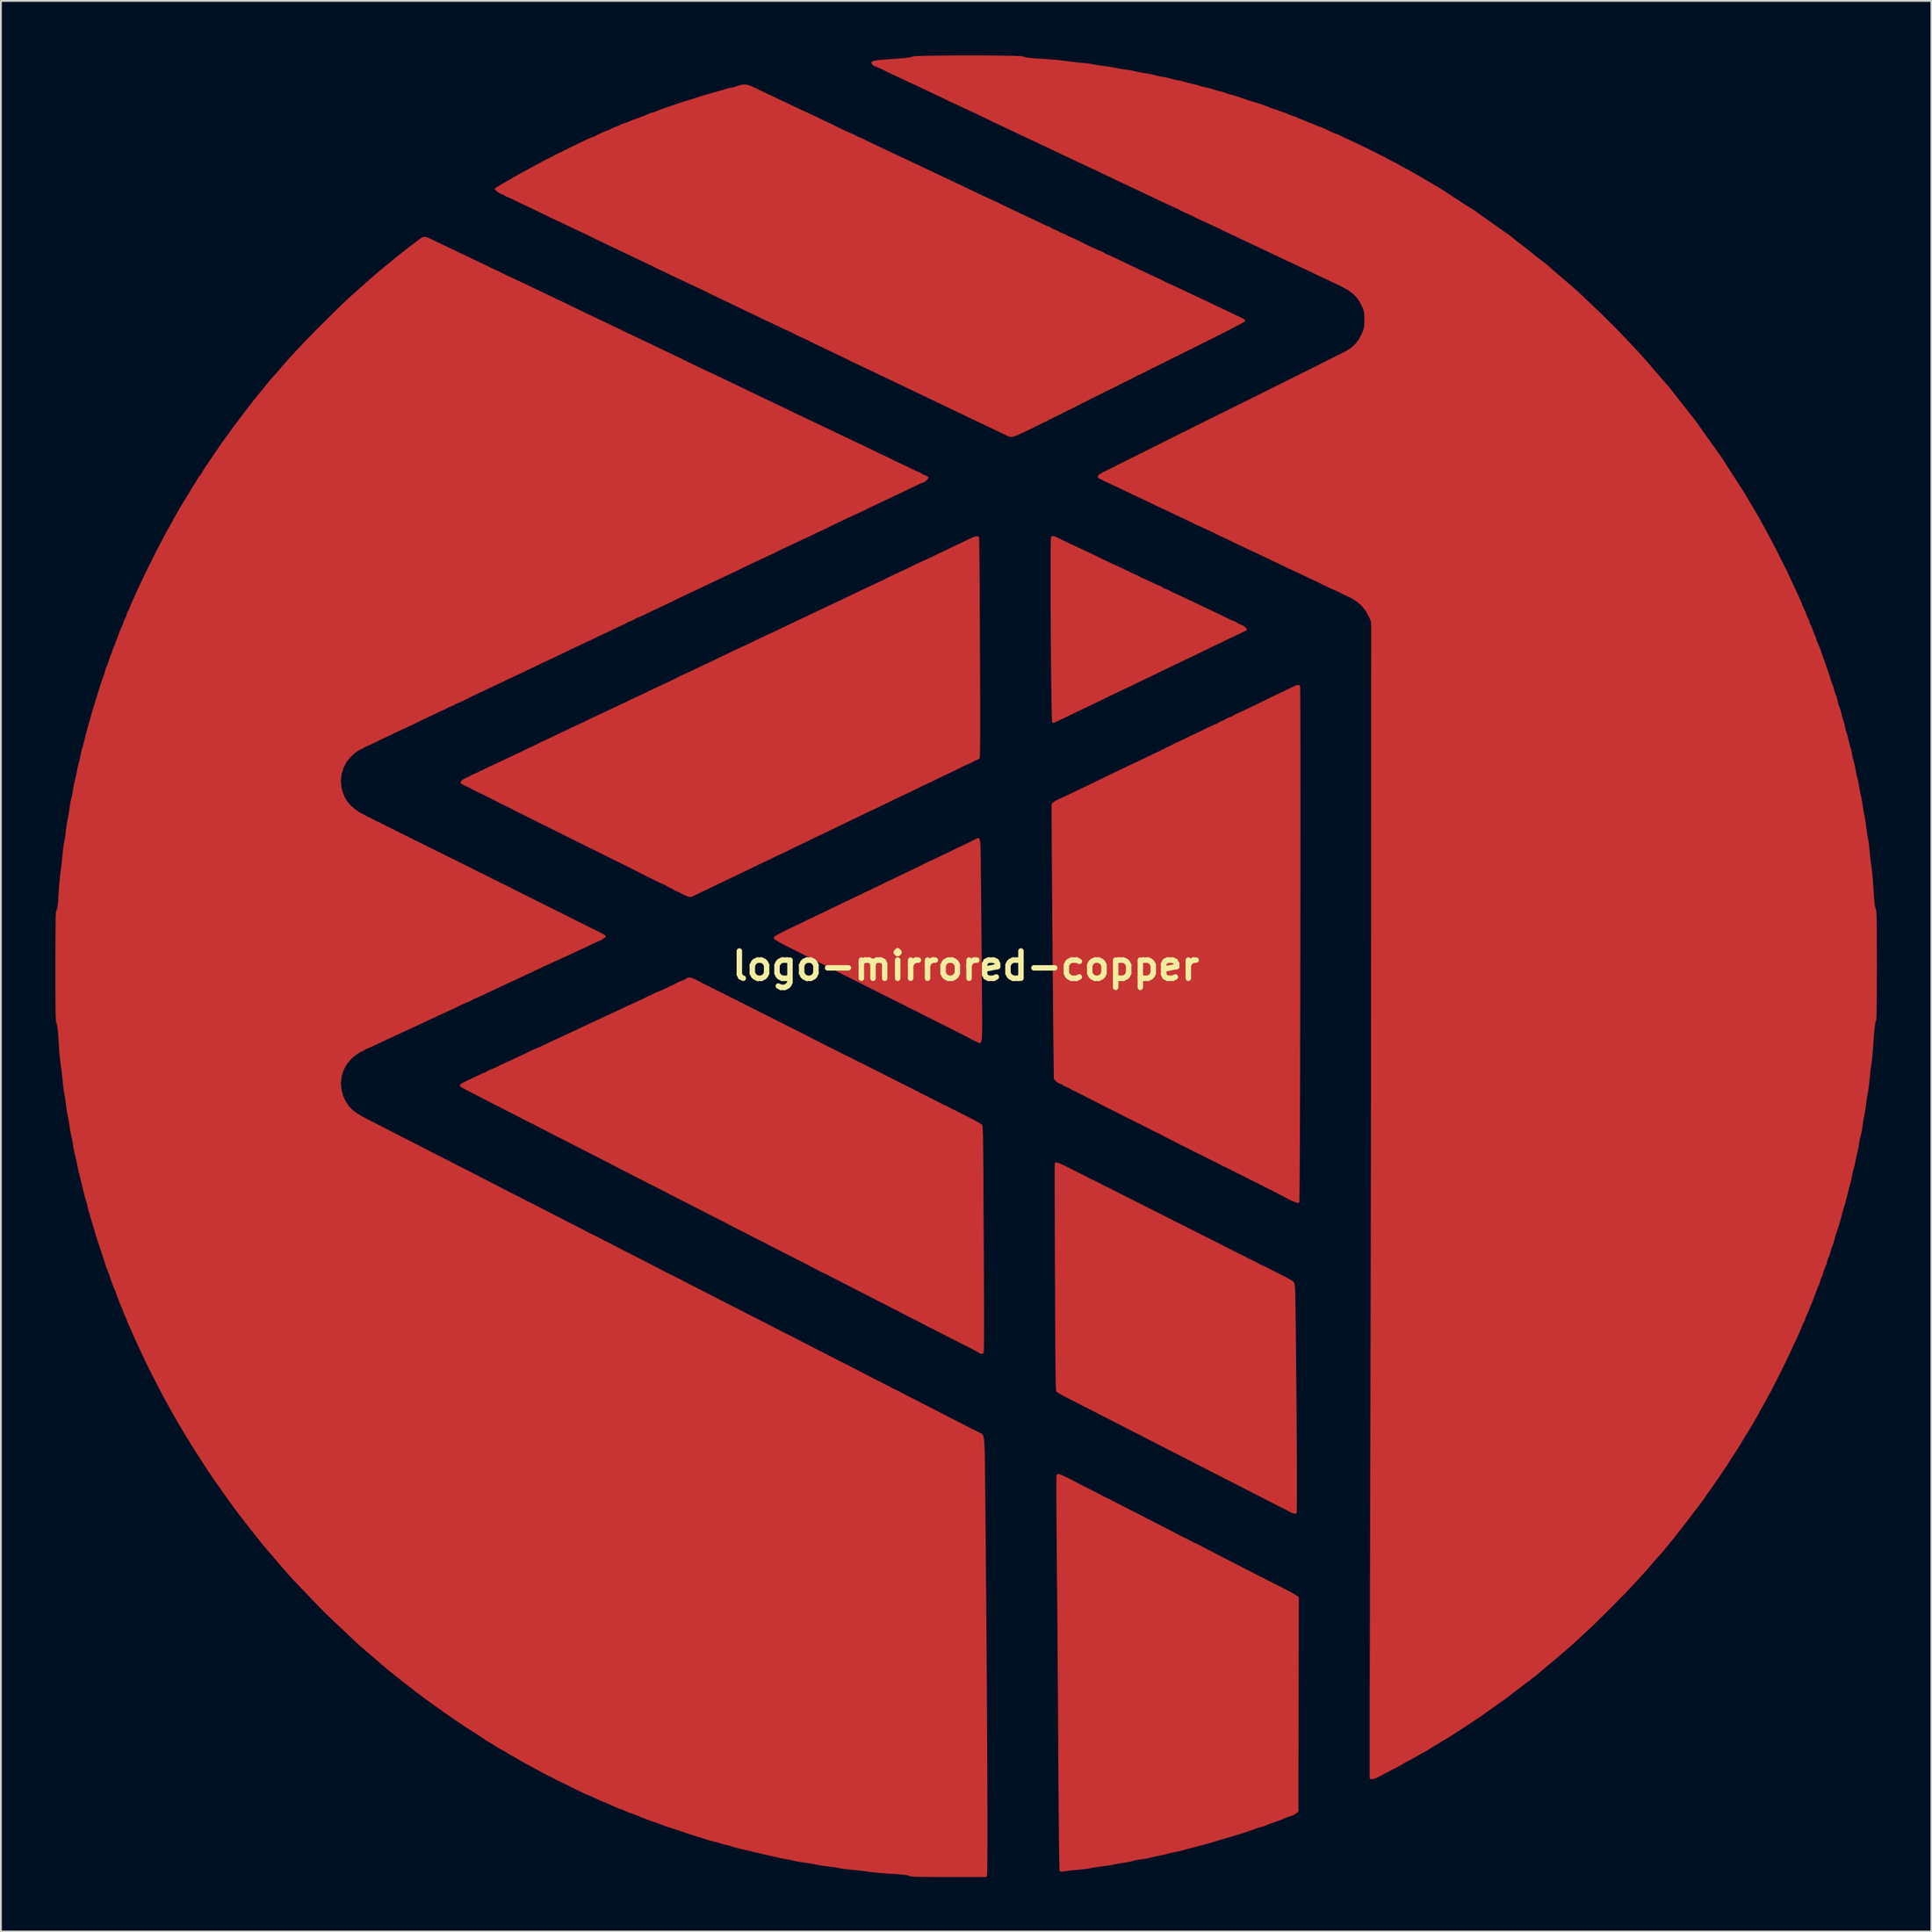
<source format=kicad_pcb>
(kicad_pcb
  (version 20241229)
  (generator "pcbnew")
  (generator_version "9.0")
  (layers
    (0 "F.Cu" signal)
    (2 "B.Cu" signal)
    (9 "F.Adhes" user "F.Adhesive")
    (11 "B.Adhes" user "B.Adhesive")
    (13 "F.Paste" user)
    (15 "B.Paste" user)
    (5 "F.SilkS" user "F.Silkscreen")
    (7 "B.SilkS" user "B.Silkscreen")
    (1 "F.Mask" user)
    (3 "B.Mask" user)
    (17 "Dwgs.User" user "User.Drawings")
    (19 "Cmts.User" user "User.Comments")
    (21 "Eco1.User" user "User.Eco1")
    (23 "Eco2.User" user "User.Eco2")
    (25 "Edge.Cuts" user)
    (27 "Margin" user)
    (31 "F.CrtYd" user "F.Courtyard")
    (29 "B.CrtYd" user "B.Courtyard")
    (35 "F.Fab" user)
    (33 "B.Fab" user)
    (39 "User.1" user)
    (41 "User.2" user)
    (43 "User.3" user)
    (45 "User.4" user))
  (footprint "logo-mirrored-copper"
    (layer "F.Cu")
    (at 50.114 50.121)
    (property "Reference" "logo-mirrored-copper" (at 0 0 0) (layer "F.SilkS") (effects (font (size 1.5 1.5) (thickness 0.3))))
    (attr board_only exclude_from_pos_files exclude_from_bom)
    (fp_poly (pts (xy 4.867 -23.655) (xy 5.01 -23.598) (xy 5.046 -23.579) (xy 5.163 -23.519) (xy 5.341 -23.432) (xy 5.576 -23.32) (xy 5.863 -23.185) (xy 6.198 -23.029) (xy 6.296 -22.983) (xy 6.43 -22.921) (xy 6.594 -22.844) (xy 6.774 -22.758) (xy 6.957 -22.671) (xy 7.129 -22.589) (xy 7.277 -22.519) (xy 7.386 -22.466) (xy 7.441 -22.438) (xy 7.536 -22.39) (xy 7.622 -22.347) (xy 7.724 -22.298) (xy 7.866 -22.233) (xy 7.883 -22.225) (xy 8.128 -22.113) (xy 8.324 -22.022) (xy 8.491 -21.944) (xy 8.645 -21.871) (xy 8.806 -21.793) (xy 8.984 -21.706) (xy 9.142 -21.629) (xy 9.278 -21.566) (xy 9.377 -21.522) (xy 9.427 -21.503) (xy 9.429 -21.503) (xy 9.477 -21.484) (xy 9.552 -21.438) (xy 9.556 -21.436) (xy 9.654 -21.378) (xy 9.741 -21.342) (xy 9.808 -21.316) (xy 9.924 -21.265) (xy 10.071 -21.197) (xy 10.232 -21.121) (xy 10.388 -21.046) (xy 10.523 -20.984) (xy 10.62 -20.943) (xy 10.668 -20.926) (xy 10.669 -20.926) (xy 10.722 -20.906) (xy 10.792 -20.859) (xy 10.884 -20.804) (xy 11 -20.753) (xy 11.022 -20.746) (xy 11.142 -20.699) (xy 11.248 -20.642) (xy 11.262 -20.632) (xy 11.337 -20.586) (xy 11.385 -20.565) (xy 11.386 -20.565) (xy 11.43 -20.551) (xy 11.52 -20.512) (xy 11.64 -20.456) (xy 11.669 -20.442) (xy 11.81 -20.375) (xy 11.99 -20.289) (xy 12.183 -20.197) (xy 12.321 -20.132) (xy 12.525 -20.035) (xy 12.751 -19.928) (xy 12.966 -19.826) (xy 13.079 -19.772) (xy 13.266 -19.683) (xy 13.468 -19.588) (xy 13.652 -19.502) (xy 13.728 -19.466) (xy 13.866 -19.402) (xy 13.985 -19.346) (xy 14.065 -19.307) (xy 14.08 -19.299) (xy 14.17 -19.253) (xy 14.206 -19.234) (xy 14.326 -19.174) (xy 14.463 -19.108) (xy 14.601 -19.045) (xy 14.724 -18.991) (xy 14.814 -18.954) (xy 14.854 -18.942) (xy 14.907 -18.917) (xy 14.935 -18.89) (xy 14.993 -18.848) (xy 15.093 -18.802) (xy 15.156 -18.779) (xy 15.278 -18.722) (xy 15.384 -18.646) (xy 15.457 -18.565) (xy 15.478 -18.506) (xy 15.469 -18.492) (xy 15.437 -18.469) (xy 15.375 -18.435) (xy 15.276 -18.385) (xy 15.133 -18.316) (xy 14.939 -18.224) (xy 14.688 -18.107) (xy 14.648 -18.088) (xy 14.497 -18.018) (xy 14.391 -17.967) (xy 14.312 -17.929) (xy 14.241 -17.891) (xy 14.197 -17.868) (xy 14.132 -17.835) (xy 14.022 -17.782) (xy 13.886 -17.719) (xy 13.837 -17.696) (xy 13.678 -17.624) (xy 13.568 -17.572) (xy 13.489 -17.534) (xy 13.423 -17.5) (xy 13.367 -17.471) (xy 13.31 -17.442) (xy 13.201 -17.388) (xy 13.054 -17.318) (xy 12.885 -17.237) (xy 12.826 -17.209) (xy 12.384 -16.998) (xy 11.98 -16.805) (xy 11.59 -16.618) (xy 11.187 -16.423) (xy 10.95 -16.308) (xy 10.719 -16.197) (xy 10.475 -16.079) (xy 10.238 -15.965) (xy 10.031 -15.866) (xy 9.922 -15.814) (xy 9.736 -15.725) (xy 9.601 -15.661) (xy 9.506 -15.615) (xy 9.437 -15.581) (xy 9.381 -15.552) (xy 9.327 -15.523) (xy 9.262 -15.491) (xy 9.151 -15.438) (xy 9.015 -15.374) (xy 8.966 -15.351) (xy 8.848 -15.297) (xy 8.718 -15.236) (xy 8.567 -15.164) (xy 8.389 -15.079) (xy 8.175 -14.976) (xy 7.918 -14.853) (xy 7.61 -14.704) (xy 7.27 -14.54) (xy 7.039 -14.428) (xy 6.794 -14.31) (xy 6.558 -14.197) (xy 6.351 -14.098) (xy 6.242 -14.046) (xy 6.055 -13.957) (xy 5.921 -13.893) (xy 5.826 -13.847) (xy 5.757 -13.813) (xy 5.701 -13.784) (xy 5.646 -13.755) (xy 5.576 -13.72) (xy 5.466 -13.668) (xy 5.358 -13.618) (xy 5.21 -13.55) (xy 5.059 -13.479) (xy 4.972 -13.437) (xy 4.871 -13.391) (xy 4.811 -13.377) (xy 4.774 -13.392) (xy 4.756 -13.411) (xy 4.749 -13.454) (xy 4.743 -13.565) (xy 4.736 -13.738) (xy 4.73 -13.967) (xy 4.724 -14.249) (xy 4.717 -14.578) (xy 4.712 -14.949) (xy 4.706 -15.357) (xy 4.7 -15.797) (xy 4.695 -16.264) (xy 4.691 -16.754) (xy 4.686 -17.26) (xy 4.682 -17.778) (xy 4.679 -18.304) (xy 4.675 -18.831) (xy 4.673 -19.355) (xy 4.671 -19.871) (xy 4.669 -20.375) (xy 4.668 -20.86) (xy 4.667 -21.322) (xy 4.668 -21.756) (xy 4.669 -22.158) (xy 4.67 -22.521) (xy 4.672 -22.841) (xy 4.675 -23.113) (xy 4.679 -23.331) (xy 4.684 -23.492) (xy 4.689 -23.59) (xy 4.694 -23.619) (xy 4.764 -23.662)) (stroke (width 0) (type solid)) (fill yes) (layer "F.Cu"))
    (fp_poly (pts (xy 0.73 -7.027) (xy 0.755 -6.987) (xy 0.775 -6.918) (xy 0.791 -6.814) (xy 0.802 -6.671) (xy 0.811 -6.485) (xy 0.817 -6.249) (xy 0.822 -5.96) (xy 0.826 -5.613) (xy 0.83 -5.202) (xy 0.834 -4.813) (xy 0.837 -4.438) (xy 0.842 -4.001) (xy 0.846 -3.513) (xy 0.851 -2.983) (xy 0.856 -2.421) (xy 0.861 -1.839) (xy 0.867 -1.245) (xy 0.872 -0.65) (xy 0.877 -0.064) (xy 0.881 0.502) (xy 0.884 0.763) (xy 0.889 1.351) (xy 0.893 1.871) (xy 0.897 2.327) (xy 0.9 2.723) (xy 0.902 3.062) (xy 0.901 3.349) (xy 0.899 3.589) (xy 0.893 3.784) (xy 0.885 3.938) (xy 0.873 4.057) (xy 0.858 4.144) (xy 0.838 4.202) (xy 0.814 4.236) (xy 0.785 4.25) (xy 0.75 4.248) (xy 0.71 4.234) (xy 0.664 4.211) (xy 0.612 4.184) (xy 0.559 4.16) (xy 0.437 4.106) (xy 0.338 4.056) (xy 0.289 4.026) (xy 0.245 4.001) (xy 0.145 3.947) (xy -0.006 3.868) (xy -0.2 3.769) (xy -0.431 3.652) (xy -0.69 3.521) (xy -0.97 3.38) (xy -1.082 3.324) (xy -1.369 3.18) (xy -1.638 3.046) (xy -1.88 2.924) (xy -2.088 2.819) (xy -2.257 2.734) (xy -2.378 2.673) (xy -2.444 2.639) (xy -2.453 2.634) (xy -2.507 2.606) (xy -2.61 2.555) (xy -2.744 2.488) (xy -2.85 2.437) (xy -2.998 2.364) (xy -3.125 2.301) (xy -3.215 2.256) (xy -3.247 2.238) (xy -3.313 2.203) (xy -3.411 2.154) (xy -3.446 2.137) (xy -3.621 2.052) (xy -3.743 1.992) (xy -3.824 1.95) (xy -3.876 1.922) (xy -3.897 1.909) (xy -3.965 1.872) (xy -4.062 1.827) (xy -4.077 1.82) (xy -4.189 1.768) (xy -4.288 1.714) (xy -4.293 1.711) (xy -4.391 1.658) (xy -4.503 1.605) (xy -4.51 1.603) (xy -4.608 1.559) (xy -4.684 1.521) (xy -4.69 1.517) (xy -4.733 1.494) (xy -4.834 1.442) (xy -4.985 1.365) (xy -5.179 1.267) (xy -5.409 1.151) (xy -5.669 1.02) (xy -5.95 0.878) (xy -6.079 0.813) (xy -6.37 0.667) (xy -6.643 0.529) (xy -6.892 0.404) (xy -7.108 0.294) (xy -7.285 0.204) (xy -7.415 0.137) (xy -7.491 0.098) (xy -7.505 0.09) (xy -7.601 0.039) (xy -7.714 -0.013) (xy -7.721 -0.016) (xy -7.819 -0.062) (xy -7.895 -0.102) (xy -7.901 -0.107) (xy -7.97 -0.144) (xy -8.068 -0.19) (xy -8.082 -0.196) (xy -8.194 -0.247) (xy -8.294 -0.3) (xy -8.298 -0.302) (xy -8.371 -0.343) (xy -8.466 -0.393) (xy -8.6 -0.458) (xy -8.749 -0.529) (xy -8.858 -0.583) (xy -8.948 -0.63) (xy -9.005 -0.66) (xy -9.117 -0.716) (xy -9.272 -0.795) (xy -9.461 -0.889) (xy -9.672 -0.995) (xy -9.786 -1.052) (xy -10 -1.161) (xy -10.192 -1.262) (xy -10.352 -1.351) (xy -10.471 -1.421) (xy -10.54 -1.469) (xy -10.553 -1.483) (xy -10.559 -1.568) (xy -10.551 -1.598) (xy -10.51 -1.635) (xy -10.409 -1.697) (xy -10.254 -1.782) (xy -10.049 -1.888) (xy -9.802 -2.01) (xy -9.518 -2.146) (xy -9.309 -2.243) (xy -9.18 -2.304) (xy -9.07 -2.357) (xy -9.002 -2.391) (xy -8.947 -2.42) (xy -8.882 -2.453) (xy -8.794 -2.496) (xy -8.672 -2.554) (xy -8.503 -2.634) (xy -8.37 -2.697) (xy -8.175 -2.789) (xy -7.948 -2.898) (xy -7.72 -3.007) (xy -7.577 -3.077) (xy -7.406 -3.16) (xy -7.248 -3.236) (xy -7.119 -3.297) (xy -7.036 -3.334) (xy -7.036 -3.335) (xy -6.937 -3.38) (xy -6.862 -3.419) (xy -6.855 -3.424) (xy -6.799 -3.454) (xy -6.696 -3.504) (xy -6.564 -3.566) (xy -6.512 -3.59) (xy -6.35 -3.666) (xy -6.154 -3.758) (xy -5.956 -3.854) (xy -5.863 -3.899) (xy -5.702 -3.977) (xy -5.552 -4.049) (xy -5.432 -4.104) (xy -5.376 -4.13) (xy -5.278 -4.174) (xy -5.202 -4.213) (xy -5.195 -4.217) (xy -5.139 -4.247) (xy -5.036 -4.297) (xy -4.905 -4.359) (xy -4.853 -4.383) (xy -4.716 -4.447) (xy -4.6 -4.502) (xy -4.524 -4.541) (xy -4.51 -4.549) (xy -4.442 -4.586) (xy -4.344 -4.632) (xy -4.33 -4.639) (xy -4.248 -4.676) (xy -4.119 -4.737) (xy -3.961 -4.812) (xy -3.79 -4.894) (xy -3.788 -4.895) (xy -3.575 -4.998) (xy -3.332 -5.115) (xy -3.095 -5.228) (xy -2.959 -5.294) (xy -2.775 -5.381) (xy -2.642 -5.445) (xy -2.545 -5.493) (xy -2.468 -5.531) (xy -2.396 -5.567) (xy -2.354 -5.589) (xy -2.266 -5.633) (xy -2.135 -5.695) (xy -1.985 -5.766) (xy -1.841 -5.832) (xy -1.724 -5.885) (xy -1.696 -5.897) (xy -1.598 -5.942) (xy -1.522 -5.981) (xy -1.515 -5.985) (xy -1.459 -6.015) (xy -1.356 -6.065) (xy -1.224 -6.127) (xy -1.173 -6.151) (xy -1.033 -6.216) (xy -0.911 -6.273) (xy -0.828 -6.314) (xy -0.812 -6.322) (xy -0.756 -6.352) (xy -0.701 -6.381) (xy -0.633 -6.414) (xy -0.54 -6.459) (xy -0.411 -6.521) (xy -0.233 -6.605) (xy -0.162 -6.639) (xy 0.025 -6.728) (xy 0.207 -6.815) (xy 0.365 -6.892) (xy 0.479 -6.949) (xy 0.496 -6.957) (xy 0.559 -6.991) (xy 0.614 -7.02) (xy 0.66 -7.039) (xy 0.698 -7.043)) (stroke (width 0) (type solid)) (fill yes) (layer "F.Cu"))
    (fp_poly (pts (xy 5.141 27.977) (xy 5.147 27.978) (xy 5.224 28.003) (xy 5.349 28.056) (xy 5.508 28.13) (xy 5.687 28.217) (xy 5.767 28.259) (xy 5.982 28.371) (xy 6.234 28.501) (xy 6.497 28.636) (xy 6.743 28.762) (xy 6.819 28.801) (xy 7.009 28.898) (xy 7.182 28.987) (xy 7.326 29.061) (xy 7.427 29.114) (xy 7.468 29.136) (xy 7.562 29.184) (xy 7.675 29.24) (xy 7.695 29.25) (xy 7.772 29.287) (xy 7.895 29.349) (xy 8.051 29.429) (xy 8.228 29.519) (xy 8.413 29.613) (xy 8.591 29.704) (xy 8.751 29.787) (xy 8.879 29.853) (xy 8.963 29.897) (xy 8.984 29.909) (xy 9.049 29.944) (xy 9.147 29.993) (xy 9.182 30.01) (xy 9.361 30.097) (xy 9.489 30.16) (xy 9.581 30.207) (xy 9.65 30.244) (xy 9.669 30.255) (xy 9.731 30.288) (xy 9.845 30.348) (xy 9.996 30.426) (xy 10.174 30.516) (xy 10.301 30.581) (xy 10.531 30.698) (xy 10.798 30.835) (xy 11.073 30.977) (xy 11.329 31.11) (xy 11.419 31.157) (xy 11.614 31.258) (xy 11.796 31.352) (xy 11.952 31.431) (xy 12.067 31.488) (xy 12.123 31.515) (xy 12.221 31.562) (xy 12.296 31.603) (xy 12.303 31.607) (xy 12.347 31.634) (xy 12.418 31.67) (xy 12.528 31.722) (xy 12.692 31.797) (xy 12.7 31.801) (xy 12.752 31.827) (xy 12.853 31.879) (xy 12.988 31.95) (xy 13.142 32.031) (xy 13.293 32.111) (xy 13.492 32.214) (xy 13.723 32.334) (xy 13.969 32.461) (xy 14.214 32.587) (xy 14.279 32.62) (xy 14.539 32.753) (xy 14.82 32.897) (xy 15.102 33.042) (xy 15.364 33.177) (xy 15.585 33.291) (xy 15.604 33.301) (xy 15.798 33.401) (xy 15.977 33.493) (xy 16.128 33.57) (xy 16.238 33.625) (xy 16.29 33.65) (xy 16.404 33.707) (xy 16.506 33.76) (xy 16.57 33.793) (xy 16.686 33.853) (xy 16.846 33.934) (xy 17.037 34.031) (xy 17.248 34.138) (xy 17.345 34.187) (xy 17.565 34.299) (xy 17.769 34.406) (xy 17.948 34.503) (xy 18.089 34.582) (xy 18.182 34.638) (xy 18.203 34.653) (xy 18.33 34.75) (xy 18.32 40.65) (xy 18.31 46.551) (xy 18.19 46.651) (xy 18.088 46.716) (xy 17.951 46.778) (xy 17.847 46.813) (xy 17.714 46.854) (xy 17.597 46.897) (xy 17.535 46.925) (xy 17.45 46.964) (xy 17.329 47.013) (xy 17.246 47.043) (xy 17.03 47.119) (xy 16.866 47.177) (xy 16.741 47.222) (xy 16.639 47.261) (xy 16.545 47.299) (xy 16.484 47.324) (xy 16.366 47.369) (xy 16.269 47.4) (xy 16.223 47.409) (xy 16.161 47.421) (xy 16.056 47.454) (xy 15.939 47.496) (xy 15.807 47.547) (xy 15.68 47.593) (xy 15.536 47.642) (xy 15.358 47.701) (xy 15.208 47.749) (xy 15.002 47.814) (xy 14.772 47.884) (xy 14.544 47.952) (xy 14.343 48.01) (xy 14.251 48.035) (xy 14.098 48.078) (xy 13.936 48.127) (xy 13.873 48.147) (xy 13.481 48.268) (xy 13.02 48.397) (xy 12.493 48.534) (xy 12.429 48.55) (xy 12.288 48.586) (xy 12.111 48.633) (xy 11.934 48.681) (xy 11.906 48.689) (xy 11.741 48.732) (xy 11.578 48.77) (xy 11.448 48.795) (xy 11.425 48.798) (xy 11.283 48.824) (xy 11.142 48.86) (xy 11.107 48.872) (xy 11.004 48.902) (xy 10.856 48.936) (xy 10.692 48.969) (xy 10.643 48.978) (xy 10.479 49.01) (xy 10.323 49.044) (xy 10.203 49.077) (xy 10.179 49.085) (xy 10.076 49.112) (xy 9.928 49.141) (xy 9.76 49.166) (xy 9.695 49.174) (xy 9.525 49.197) (xy 9.364 49.225) (xy 9.239 49.254) (xy 9.205 49.265) (xy 9.105 49.293) (xy 8.956 49.324) (xy 8.783 49.355) (xy 8.667 49.373) (xy 8.493 49.399) (xy 8.333 49.427) (xy 8.208 49.452) (xy 8.154 49.465) (xy 8.07 49.484) (xy 7.932 49.507) (xy 7.761 49.532) (xy 7.573 49.556) (xy 7.564 49.557) (xy 7.364 49.583) (xy 7.167 49.612) (xy 6.995 49.64) (xy 6.879 49.663) (xy 6.754 49.686) (xy 6.581 49.711) (xy 6.382 49.735) (xy 6.188 49.753) (xy 5.987 49.771) (xy 5.79 49.791) (xy 5.62 49.811) (xy 5.502 49.827) (xy 5.356 49.849) (xy 5.265 49.858) (xy 5.213 49.852) (xy 5.183 49.829) (xy 5.163 49.796) (xy 5.158 49.752) (xy 5.153 49.637) (xy 5.148 49.453) (xy 5.143 49.201) (xy 5.138 48.885) (xy 5.133 48.504) (xy 5.127 48.061) (xy 5.122 47.557) (xy 5.117 46.995) (xy 5.111 46.375) (xy 5.106 45.699) (xy 5.101 44.969) (xy 5.096 44.187) (xy 5.091 43.354) (xy 5.09 43.257) (xy 5.086 42.496) (xy 5.081 41.705) (xy 5.076 40.891) (xy 5.07 40.063) (xy 5.064 39.228) (xy 5.058 38.394) (xy 5.052 37.568) (xy 5.046 36.758) (xy 5.04 35.971) (xy 5.034 35.215) (xy 5.028 34.499) (xy 5.022 33.828) (xy 5.017 33.212) (xy 5.011 32.658) (xy 5.01 32.472) (xy 5.004 31.918) (xy 5 31.383) (xy 4.996 30.872) (xy 4.992 30.389) (xy 4.989 29.939) (xy 4.987 29.525) (xy 4.986 29.154) (xy 4.985 28.829) (xy 4.985 28.554) (xy 4.986 28.335) (xy 4.988 28.176) (xy 4.99 28.082) (xy 4.992 28.057) (xy 5.016 27.99) (xy 5.057 27.968)) (stroke (width 0) (type solid)) (fill yes) (layer "F.Cu"))
    (fp_poly (pts (xy 5.031 10.825) (xy 5.132 10.857) (xy 5.274 10.918) (xy 5.464 11.008) (xy 5.709 11.13) (xy 5.72 11.136) (xy 5.93 11.242) (xy 6.125 11.341) (xy 6.292 11.425) (xy 6.422 11.49) (xy 6.501 11.529) (xy 6.512 11.535) (xy 6.621 11.59) (xy 6.711 11.64) (xy 6.808 11.692) (xy 6.921 11.744) (xy 6.927 11.747) (xy 7.032 11.794) (xy 7.119 11.838) (xy 7.126 11.842) (xy 7.211 11.887) (xy 7.306 11.933) (xy 7.415 11.987) (xy 7.505 12.037) (xy 7.602 12.089) (xy 7.714 12.141) (xy 7.721 12.144) (xy 7.819 12.188) (xy 7.895 12.225) (xy 7.901 12.229) (xy 7.943 12.252) (xy 8.043 12.303) (xy 8.195 12.381) (xy 8.394 12.481) (xy 8.632 12.602) (xy 8.904 12.739) (xy 9.204 12.891) (xy 9.525 13.053) (xy 9.687 13.135) (xy 10.018 13.301) (xy 10.332 13.459) (xy 10.621 13.606) (xy 10.881 13.737) (xy 11.105 13.85) (xy 11.286 13.942) (xy 11.417 14.009) (xy 11.494 14.048) (xy 11.509 14.056) (xy 11.834 14.219) (xy 11.942 14.269) (xy 12.054 14.322) (xy 12.153 14.375) (xy 12.159 14.378) (xy 12.21 14.405) (xy 12.318 14.461) (xy 12.476 14.542) (xy 12.677 14.643) (xy 12.913 14.763) (xy 13.177 14.896) (xy 13.461 15.039) (xy 13.584 15.101) (xy 13.873 15.246) (xy 14.143 15.382) (xy 14.387 15.505) (xy 14.598 15.612) (xy 14.769 15.699) (xy 14.892 15.762) (xy 14.962 15.798) (xy 14.973 15.804) (xy 15.042 15.84) (xy 15.139 15.884) (xy 15.153 15.89) (xy 15.265 15.942) (xy 15.365 15.994) (xy 15.37 15.997) (xy 15.442 16.036) (xy 15.559 16.097) (xy 15.7 16.168) (xy 15.767 16.201) (xy 15.912 16.274) (xy 16.043 16.339) (xy 16.138 16.389) (xy 16.164 16.403) (xy 16.268 16.456) (xy 16.344 16.491) (xy 16.401 16.518) (xy 16.511 16.572) (xy 16.666 16.649) (xy 16.856 16.744) (xy 17.069 16.852) (xy 17.228 16.933) (xy 17.478 17.06) (xy 17.671 17.161) (xy 17.816 17.24) (xy 17.92 17.302) (xy 17.991 17.352) (xy 18.038 17.396) (xy 18.068 17.437) (xy 18.082 17.462) (xy 18.091 17.488) (xy 18.1 17.523) (xy 18.108 17.574) (xy 18.115 17.643) (xy 18.121 17.735) (xy 18.127 17.855) (xy 18.133 18.005) (xy 18.138 18.19) (xy 18.143 18.414) (xy 18.148 18.681) (xy 18.152 18.995) (xy 18.157 19.36) (xy 18.162 19.781) (xy 18.168 20.261) (xy 18.173 20.804) (xy 18.179 21.414) (xy 18.18 21.539) (xy 18.189 22.446) (xy 18.197 23.312) (xy 18.204 24.137) (xy 18.21 24.917) (xy 18.215 25.651) (xy 18.219 26.338) (xy 18.223 26.974) (xy 18.225 27.557) (xy 18.226 28.086) (xy 18.227 28.559) (xy 18.227 28.974) (xy 18.225 29.328) (xy 18.223 29.619) (xy 18.22 29.846) (xy 18.216 30.006) (xy 18.211 30.097) (xy 18.207 30.118) (xy 18.159 30.154) (xy 18.077 30.151) (xy 17.953 30.108) (xy 17.78 30.023) (xy 17.733 29.998) (xy 17.593 29.922) (xy 17.467 29.857) (xy 17.376 29.812) (xy 17.354 29.803) (xy 17.25 29.756) (xy 17.174 29.716) (xy 17.116 29.685) (xy 17.005 29.627) (xy 16.851 29.547) (xy 16.663 29.451) (xy 16.453 29.343) (xy 16.344 29.287) (xy 16.085 29.155) (xy 15.804 29.011) (xy 15.522 28.866) (xy 15.26 28.732) (xy 15.04 28.619) (xy 15.027 28.612) (xy 14.836 28.514) (xy 14.597 28.391) (xy 14.324 28.252) (xy 14.035 28.104) (xy 13.743 27.955) (xy 13.494 27.827) (xy 13.215 27.684) (xy 12.925 27.536) (xy 12.638 27.389) (xy 12.371 27.251) (xy 12.138 27.132) (xy 11.97 27.045) (xy 11.775 26.945) (xy 11.592 26.852) (xy 11.436 26.773) (xy 11.319 26.714) (xy 11.266 26.688) (xy 11.154 26.633) (xy 11.054 26.581) (xy 11.04 26.574) (xy 10.967 26.535) (xy 10.834 26.466) (xy 10.646 26.369) (xy 10.409 26.247) (xy 10.127 26.102) (xy 9.805 25.937) (xy 9.448 25.754) (xy 9.128 25.591) (xy 8.85 25.449) (xy 8.532 25.286) (xy 8.199 25.116) (xy 7.877 24.95) (xy 7.588 24.802) (xy 7.559 24.787) (xy 7.281 24.644) (xy 6.972 24.486) (xy 6.653 24.323) (xy 6.349 24.167) (xy 6.082 24.031) (xy 6.043 24.011) (xy 5.77 23.872) (xy 5.552 23.76) (xy 5.384 23.672) (xy 5.256 23.604) (xy 5.161 23.551) (xy 5.091 23.509) (xy 5.038 23.473) (xy 5.008 23.451) (xy 4.999 23.443) (xy 4.991 23.431) (xy 4.983 23.413) (xy 4.977 23.385) (xy 4.97 23.343) (xy 4.965 23.285) (xy 4.96 23.208) (xy 4.955 23.108) (xy 4.951 22.982) (xy 4.947 22.827) (xy 4.943 22.639) (xy 4.94 22.416) (xy 4.937 22.154) (xy 4.934 21.851) (xy 4.931 21.502) (xy 4.928 21.105) (xy 4.926 20.656) (xy 4.923 20.153) (xy 4.92 19.592) (xy 4.917 18.97) (xy 4.914 18.283) (xy 4.911 17.529) (xy 4.909 17.155) (xy 4.906 16.489) (xy 4.903 15.842) (xy 4.901 15.218) (xy 4.899 14.621) (xy 4.897 14.055) (xy 4.896 13.522) (xy 4.895 13.027) (xy 4.894 12.574) (xy 4.893 12.166) (xy 4.893 11.807) (xy 4.893 11.5) (xy 4.893 11.25) (xy 4.894 11.06) (xy 4.895 10.933) (xy 4.897 10.874) (xy 4.897 10.87) (xy 4.921 10.834) (xy 4.963 10.818)) (stroke (width 0) (type solid)) (fill yes) (layer "F.Cu"))
    (fp_poly (pts (xy 18.37 -15.448) (xy 18.401 -15.405) (xy 18.404 -15.364) (xy 18.407 -15.254) (xy 18.409 -15.077) (xy 18.411 -14.837) (xy 18.413 -14.537) (xy 18.415 -14.18) (xy 18.417 -13.768) (xy 18.418 -13.305) (xy 18.419 -12.794) (xy 18.42 -12.238) (xy 18.421 -11.639) (xy 18.422 -11.001) (xy 18.422 -10.326) (xy 18.423 -9.619) (xy 18.423 -8.88) (xy 18.423 -8.115) (xy 18.423 -7.325) (xy 18.422 -6.514) (xy 18.422 -5.684) (xy 18.421 -4.838) (xy 18.42 -3.981) (xy 18.419 -3.113) (xy 18.418 -2.24) (xy 18.417 -1.362) (xy 18.416 -0.484) (xy 18.414 0.391) (xy 18.412 1.261) (xy 18.411 2.123) (xy 18.409 2.973) (xy 18.407 3.808) (xy 18.405 4.627) (xy 18.403 5.425) (xy 18.401 6.2) (xy 18.398 6.948) (xy 18.396 7.667) (xy 18.393 8.354) (xy 18.391 9.005) (xy 18.388 9.619) (xy 18.386 10.191) (xy 18.383 10.719) (xy 18.38 11.199) (xy 18.377 11.63) (xy 18.374 12.007) (xy 18.371 12.328) (xy 18.369 12.59) (xy 18.366 12.79) (xy 18.363 12.924) (xy 18.359 12.991) (xy 18.358 12.998) (xy 18.338 13.034) (xy 18.313 13.051) (xy 18.269 13.048) (xy 18.189 13.022) (xy 18.059 12.973) (xy 18.04 12.965) (xy 17.913 12.913) (xy 17.809 12.865) (xy 17.751 12.831) (xy 17.709 12.806) (xy 17.608 12.752) (xy 17.457 12.673) (xy 17.26 12.573) (xy 17.026 12.453) (xy 16.76 12.318) (xy 16.47 12.172) (xy 16.2 12.036) (xy 15.892 11.882) (xy 15.602 11.736) (xy 15.336 11.602) (xy 15.101 11.484) (xy 14.904 11.385) (xy 14.752 11.308) (xy 14.652 11.257) (xy 14.612 11.237) (xy 14.514 11.186) (xy 14.405 11.132) (xy 14.405 11.132) (xy 14.284 11.075) (xy 14.17 11.021) (xy 14.061 10.967) (xy 13.963 10.917) (xy 13.963 10.917) (xy 13.91 10.889) (xy 13.8 10.834) (xy 13.643 10.755) (xy 13.445 10.656) (xy 13.216 10.541) (xy 12.964 10.415) (xy 12.772 10.32) (xy 12.51 10.189) (xy 12.267 10.067) (xy 12.051 9.959) (xy 11.87 9.868) (xy 11.732 9.798) (xy 11.645 9.753) (xy 11.618 9.739) (xy 11.565 9.71) (xy 11.462 9.657) (xy 11.327 9.588) (xy 11.203 9.525) (xy 11.047 9.447) (xy 10.907 9.375) (xy 10.8 9.318) (xy 10.752 9.292) (xy 10.655 9.24) (xy 10.543 9.185) (xy 10.535 9.182) (xy 10.293 9.068) (xy 10.102 8.965) (xy 10.006 8.914) (xy 9.893 8.861) (xy 9.886 8.857) (xy 9.788 8.811) (xy 9.712 8.77) (xy 9.705 8.766) (xy 9.637 8.728) (xy 9.539 8.682) (xy 9.525 8.676) (xy 9.413 8.624) (xy 9.313 8.572) (xy 9.309 8.569) (xy 9.212 8.517) (xy 9.1 8.464) (xy 9.092 8.46) (xy 8.988 8.412) (xy 8.901 8.366) (xy 8.894 8.362) (xy 8.845 8.337) (xy 8.74 8.283) (xy 8.587 8.205) (xy 8.392 8.106) (xy 8.165 7.992) (xy 7.913 7.865) (xy 7.695 7.755) (xy 7.43 7.622) (xy 7.185 7.498) (xy 6.967 7.387) (xy 6.784 7.293) (xy 6.643 7.221) (xy 6.553 7.173) (xy 6.522 7.155) (xy 6.459 7.119) (xy 6.364 7.077) (xy 6.35 7.071) (xy 6.237 7.021) (xy 6.137 6.964) (xy 6.134 6.962) (xy 6.034 6.906) (xy 5.953 6.873) (xy 5.857 6.832) (xy 5.765 6.777) (xy 5.658 6.715) (xy 5.549 6.668) (xy 5.439 6.619) (xy 5.347 6.563) (xy 5.247 6.506) (xy 5.159 6.476) (xy 5.069 6.434) (xy 4.973 6.359) (xy 4.95 6.334) (xy 4.845 6.215) (xy 4.82 3.947) (xy 4.815 3.489) (xy 4.81 2.987) (xy 4.805 2.446) (xy 4.799 1.872) (xy 4.794 1.271) (xy 4.788 0.647) (xy 4.782 0.008) (xy 4.777 -0.643) (xy 4.771 -1.299) (xy 4.766 -1.954) (xy 4.761 -2.604) (xy 4.756 -3.242) (xy 4.751 -3.864) (xy 4.747 -4.463) (xy 4.742 -5.034) (xy 4.739 -5.571) (xy 4.735 -6.069) (xy 4.733 -6.523) (xy 4.73 -6.926) (xy 4.729 -7.274) (xy 4.728 -7.56) (xy 4.727 -7.768) (xy 4.726 -8.915) (xy 4.814 -8.996) (xy 4.903 -9.067) (xy 4.985 -9.116) (xy 5.06 -9.152) (xy 5.175 -9.205) (xy 5.304 -9.265) (xy 5.459 -9.338) (xy 5.671 -9.438) (xy 5.929 -9.561) (xy 6.225 -9.703) (xy 6.549 -9.858) (xy 6.893 -10.024) (xy 7.247 -10.194) (xy 7.602 -10.366) (xy 7.95 -10.535) (xy 8.172 -10.643) (xy 8.378 -10.743) (xy 8.578 -10.839) (xy 8.757 -10.924) (xy 8.898 -10.991) (xy 8.966 -11.022) (xy 9.082 -11.076) (xy 9.243 -11.151) (xy 9.428 -11.239) (xy 9.617 -11.329) (xy 9.633 -11.337) (xy 9.849 -11.44) (xy 10.091 -11.556) (xy 10.326 -11.668) (xy 10.499 -11.751) (xy 10.663 -11.829) (xy 10.809 -11.9) (xy 10.921 -11.955) (xy 10.984 -11.987) (xy 10.986 -11.988) (xy 11.065 -12.029) (xy 11.171 -12.08) (xy 11.203 -12.095) (xy 11.305 -12.144) (xy 11.385 -12.187) (xy 11.401 -12.197) (xy 11.47 -12.235) (xy 11.567 -12.28) (xy 11.582 -12.287) (xy 11.711 -12.344) (xy 11.868 -12.417) (xy 12.024 -12.492) (xy 12.154 -12.557) (xy 12.195 -12.578) (xy 12.291 -12.627) (xy 12.403 -12.679) (xy 12.411 -12.683) (xy 12.643 -12.789) (xy 12.919 -12.92) (xy 13.248 -13.081) (xy 13.326 -13.119) (xy 13.482 -13.195) (xy 13.616 -13.256) (xy 13.715 -13.298) (xy 13.763 -13.313) (xy 13.763 -13.313) (xy 13.823 -13.334) (xy 13.895 -13.38) (xy 13.993 -13.44) (xy 14.1 -13.487) (xy 14.216 -13.537) (xy 14.316 -13.595) (xy 14.422 -13.654) (xy 14.52 -13.689) (xy 14.628 -13.73) (xy 14.724 -13.785) (xy 14.799 -13.833) (xy 14.848 -13.854) (xy 14.85 -13.855) (xy 14.891 -13.87) (xy 14.984 -13.911) (xy 15.117 -13.972) (xy 15.277 -14.048) (xy 15.332 -14.075) (xy 15.547 -14.179) (xy 15.788 -14.296) (xy 16.023 -14.408) (xy 16.2 -14.493) (xy 16.364 -14.571) (xy 16.51 -14.642) (xy 16.622 -14.696) (xy 16.685 -14.728) (xy 16.687 -14.729) (xy 16.736 -14.755) (xy 16.786 -14.781) (xy 16.85 -14.813) (xy 16.94 -14.856) (xy 17.068 -14.917) (xy 17.247 -15.002) (xy 17.282 -15.019) (xy 17.473 -15.11) (xy 17.671 -15.204) (xy 17.851 -15.291) (xy 17.968 -15.347) (xy 18.132 -15.423) (xy 18.245 -15.463) (xy 18.321 -15.471)) (stroke (width 0) (type solid)) (fill yes) (layer "F.Cu"))
    (fp_poly (pts (xy 0.678 -23.645) (xy 0.724 -23.602) (xy 0.734 -23.581) (xy 0.736 -23.54) (xy 0.738 -23.43) (xy 0.741 -23.256) (xy 0.744 -23.021) (xy 0.747 -22.729) (xy 0.75 -22.384) (xy 0.754 -21.99) (xy 0.757 -21.549) (xy 0.76 -21.067) (xy 0.764 -20.547) (xy 0.767 -19.993) (xy 0.77 -19.408) (xy 0.773 -18.796) (xy 0.776 -18.162) (xy 0.779 -17.527) (xy 0.783 -16.712) (xy 0.786 -15.966) (xy 0.788 -15.287) (xy 0.79 -14.673) (xy 0.791 -14.121) (xy 0.791 -13.629) (xy 0.791 -13.194) (xy 0.791 -12.814) (xy 0.789 -12.486) (xy 0.788 -12.208) (xy 0.785 -11.977) (xy 0.782 -11.792) (xy 0.778 -11.648) (xy 0.774 -11.545) (xy 0.769 -11.479) (xy 0.763 -11.448) (xy 0.763 -11.447) (xy 0.701 -11.385) (xy 0.601 -11.333) (xy 0.576 -11.324) (xy 0.475 -11.286) (xy 0.403 -11.243) (xy 0.392 -11.233) (xy 0.336 -11.191) (xy 0.312 -11.185) (xy 0.265 -11.17) (xy 0.17 -11.131) (xy 0.045 -11.076) (xy -0.093 -11.012) (xy -0.227 -10.948) (xy -0.334 -10.893) (xy -0.423 -10.846) (xy -0.46 -10.827) (xy -0.514 -10.8) (xy -0.62 -10.748) (xy -0.764 -10.679) (xy -0.932 -10.599) (xy -0.992 -10.571) (xy -1.202 -10.471) (xy -1.428 -10.363) (xy -1.643 -10.259) (xy -1.82 -10.174) (xy -1.822 -10.173) (xy -1.983 -10.095) (xy -2.133 -10.024) (xy -2.253 -9.968) (xy -2.309 -9.942) (xy -2.407 -9.897) (xy -2.482 -9.858) (xy -2.489 -9.854) (xy -2.544 -9.825) (xy -2.655 -9.77) (xy -2.813 -9.694) (xy -3.009 -9.6) (xy -3.233 -9.494) (xy -3.476 -9.38) (xy -3.662 -9.293) (xy -3.8 -9.229) (xy -3.919 -9.172) (xy -3.998 -9.133) (xy -4.014 -9.126) (xy -4.103 -9.078) (xy -4.14 -9.059) (xy -4.194 -9.032) (xy -4.302 -8.98) (xy -4.452 -8.908) (xy -4.631 -8.822) (xy -4.829 -8.728) (xy -5.034 -8.631) (xy -5.233 -8.537) (xy -5.358 -8.478) (xy -5.493 -8.414) (xy -5.682 -8.324) (xy -5.912 -8.214) (xy -6.172 -8.089) (xy -6.451 -7.954) (xy -6.736 -7.817) (xy -7.016 -7.681) (xy -7.28 -7.553) (xy -7.342 -7.523) (xy -7.551 -7.422) (xy -7.762 -7.32) (xy -7.957 -7.227) (xy -8.117 -7.152) (xy -8.172 -7.126) (xy -8.312 -7.061) (xy -8.433 -7.004) (xy -8.517 -6.963) (xy -8.533 -6.955) (xy -8.611 -6.913) (xy -8.683 -6.877) (xy -8.768 -6.835) (xy -8.887 -6.78) (xy -9.002 -6.726) (xy -9.188 -6.639) (xy -9.382 -6.546) (xy -9.565 -6.457) (xy -9.72 -6.381) (xy -9.828 -6.325) (xy -9.832 -6.323) (xy -9.897 -6.291) (xy -10.007 -6.238) (xy -10.143 -6.175) (xy -10.192 -6.152) (xy -10.342 -6.084) (xy -10.446 -6.035) (xy -10.525 -5.997) (xy -10.599 -5.959) (xy -10.662 -5.926) (xy -10.73 -5.892) (xy -10.84 -5.84) (xy -10.968 -5.78) (xy -11.076 -5.729) (xy -11.233 -5.655) (xy -11.426 -5.563) (xy -11.638 -5.461) (xy -11.852 -5.358) (xy -12.084 -5.246) (xy -12.323 -5.131) (xy -12.551 -5.021) (xy -12.75 -4.926) (xy -12.88 -4.863) (xy -13.081 -4.768) (xy -13.311 -4.657) (xy -13.537 -4.549) (xy -13.656 -4.492) (xy -13.849 -4.399) (xy -14.077 -4.29) (xy -14.313 -4.177) (xy -14.522 -4.077) (xy -14.695 -3.994) (xy -14.848 -3.92) (xy -14.968 -3.862) (xy -15.042 -3.826) (xy -15.054 -3.82) (xy -15.129 -3.796) (xy -15.217 -3.801) (xy -15.337 -3.838) (xy -15.426 -3.874) (xy -15.548 -3.929) (xy -15.655 -3.984) (xy -15.696 -4.008) (xy -15.794 -4.06) (xy -15.907 -4.107) (xy -15.909 -4.108) (xy -16.009 -4.15) (xy -16.085 -4.195) (xy -16.089 -4.198) (xy -16.161 -4.243) (xy -16.26 -4.289) (xy -16.272 -4.294) (xy -16.383 -4.346) (xy -16.481 -4.406) (xy -16.484 -4.408) (xy -16.558 -4.455) (xy -16.608 -4.474) (xy -16.647 -4.489) (xy -16.739 -4.531) (xy -16.873 -4.595) (xy -17.037 -4.674) (xy -17.221 -4.763) (xy -17.412 -4.857) (xy -17.6 -4.95) (xy -17.772 -5.037) (xy -17.919 -5.111) (xy -18.028 -5.168) (xy -18.076 -5.195) (xy -18.116 -5.215) (xy -18.216 -5.265) (xy -18.37 -5.342) (xy -18.574 -5.444) (xy -18.822 -5.567) (xy -19.109 -5.71) (xy -19.43 -5.869) (xy -19.78 -6.042) (xy -20.153 -6.227) (xy -20.545 -6.421) (xy -20.583 -6.44) (xy -20.977 -6.635) (xy -21.353 -6.821) (xy -21.705 -6.996) (xy -22.029 -7.157) (xy -22.319 -7.301) (xy -22.571 -7.427) (xy -22.779 -7.531) (xy -22.938 -7.611) (xy -23.044 -7.664) (xy -23.09 -7.688) (xy -23.091 -7.688) (xy -23.159 -7.725) (xy -23.256 -7.771) (xy -23.271 -7.777) (xy -23.362 -7.82) (xy -23.493 -7.883) (xy -23.64 -7.957) (xy -23.686 -7.981) (xy -23.83 -8.054) (xy -23.963 -8.121) (xy -24.061 -8.169) (xy -24.083 -8.179) (xy -24.192 -8.232) (xy -24.282 -8.278) (xy -24.354 -8.315) (xy -24.47 -8.374) (xy -24.612 -8.444) (xy -24.678 -8.477) (xy -24.818 -8.547) (xy -24.938 -8.607) (xy -25.019 -8.649) (xy -25.039 -8.66) (xy -25.093 -8.688) (xy -25.196 -8.74) (xy -25.33 -8.806) (xy -25.436 -8.858) (xy -25.585 -8.93) (xy -25.714 -8.994) (xy -25.808 -9.04) (xy -25.842 -9.058) (xy -25.931 -9.106) (xy -25.968 -9.125) (xy -26.041 -9.162) (xy -26.16 -9.222) (xy -26.307 -9.295) (xy -26.465 -9.374) (xy -26.616 -9.448) (xy -26.741 -9.51) (xy -26.823 -9.549) (xy -26.825 -9.55) (xy -26.951 -9.611) (xy -27.067 -9.672) (xy -27.114 -9.697) (xy -27.177 -9.73) (xy -27.287 -9.784) (xy -27.424 -9.851) (xy -27.502 -9.888) (xy -27.637 -9.957) (xy -27.743 -10.019) (xy -27.806 -10.065) (xy -27.817 -10.081) (xy -27.784 -10.171) (xy -27.693 -10.259) (xy -27.559 -10.332) (xy -27.538 -10.34) (xy -27.415 -10.392) (xy -27.304 -10.448) (xy -27.271 -10.47) (xy -27.195 -10.515) (xy -27.146 -10.535) (xy -27.145 -10.535) (xy -27.103 -10.55) (xy -27.01 -10.591) (xy -26.879 -10.652) (xy -26.722 -10.728) (xy -26.7 -10.738) (xy -26.522 -10.825) (xy -26.35 -10.908) (xy -26.202 -10.978) (xy -26.104 -11.024) (xy -26 -11.072) (xy -25.852 -11.141) (xy -25.677 -11.223) (xy -25.497 -11.309) (xy -25.49 -11.312) (xy -25.297 -11.403) (xy -25.098 -11.497) (xy -24.917 -11.582) (xy -24.787 -11.643) (xy -24.638 -11.712) (xy -24.532 -11.763) (xy -24.446 -11.805) (xy -24.358 -11.851) (xy -24.327 -11.868) (xy -24.266 -11.897) (xy -24.159 -11.948) (xy -24.026 -12.01) (xy -23.975 -12.033) (xy -23.836 -12.097) (xy -23.718 -12.152) (xy -23.638 -12.19) (xy -23.623 -12.198) (xy -23.534 -12.245) (xy -23.497 -12.264) (xy -23.441 -12.292) (xy -23.328 -12.346) (xy -23.157 -12.427) (xy -22.926 -12.536) (xy -22.633 -12.674) (xy -22.387 -12.79) (xy -22.283 -12.839) (xy -22.133 -12.91) (xy -21.959 -12.992) (xy -21.792 -13.072) (xy -21.599 -13.163) (xy -21.396 -13.259) (xy -21.209 -13.346) (xy -21.088 -13.402) (xy -20.952 -13.466) (xy -20.836 -13.522) (xy -20.76 -13.561) (xy -20.746 -13.569) (xy -20.671 -13.609) (xy -20.601 -13.641) (xy -20.45 -13.709) (xy -20.241 -13.805) (xy -19.973 -13.931) (xy -19.736 -14.044) (xy -19.542 -14.136) (xy -19.339 -14.232) (xy -19.153 -14.32) (xy -19.032 -14.376) (xy -18.894 -14.44) (xy -18.775 -14.496) (xy -18.696 -14.535) (xy -18.68 -14.543) (xy -18.575 -14.598) (xy -18.485 -14.642) (xy -18.383 -14.69) (xy -18.274 -14.738) (xy -18.152 -14.794) (xy -17.988 -14.871) (xy -17.806 -14.957) (xy -17.661 -15.026) (xy -17.473 -15.117) (xy -17.276 -15.211) (xy -17.098 -15.295) (xy -16.993 -15.345) (xy -16.684 -15.489) (xy -16.413 -15.617) (xy -16.184 -15.726) (xy -16.003 -15.813) (xy -15.876 -15.875) (xy -15.809 -15.91) (xy -15.803 -15.914) (xy -15.768 -15.934) (xy -15.721 -15.959) (xy -15.65 -15.992) (xy -15.539 -16.042) (xy -15.377 -16.115) (xy -15.37 -16.118) (xy -15.256 -16.17) (xy -15.099 -16.243) (xy -14.922 -16.327) (xy -14.775 -16.398) (xy -14.584 -16.489) (xy -14.382 -16.585) (xy -14.197 -16.672) (xy -14.089 -16.722) (xy -13.949 -16.787) (xy -13.828 -16.845) (xy -13.745 -16.886) (xy -13.728 -16.894) (xy -13.657 -16.931) (xy -13.588 -16.966) (xy -13.503 -17.007) (xy -13.384 -17.062) (xy -13.259 -17.119) (xy -13.122 -17.183) (xy -13.006 -17.239) (xy -12.931 -17.277) (xy -12.916 -17.285) (xy -12.848 -17.322) (xy -12.751 -17.368) (xy -12.736 -17.374) (xy -12.628 -17.422) (xy -12.495 -17.484) (xy -12.429 -17.515) (xy -12.302 -17.575) (xy -12.143 -17.649) (xy -11.996 -17.716) (xy -11.845 -17.785) (xy -11.737 -17.836) (xy -11.65 -17.879) (xy -11.56 -17.926) (xy -11.554 -17.929) (xy -11.494 -17.959) (xy -11.387 -18.01) (xy -11.254 -18.072) (xy -11.203 -18.096) (xy -10.83 -18.269) (xy -10.4 -18.472) (xy -9.918 -18.701) (xy -9.778 -18.768) (xy -9.594 -18.856) (xy -9.417 -18.94) (xy -9.265 -19.013) (xy -9.156 -19.064) (xy -9.146 -19.068) (xy -9.041 -19.117) (xy -8.892 -19.188) (xy -8.718 -19.27) (xy -8.551 -19.35) (xy -8.151 -19.54) (xy -7.791 -19.711) (xy -7.477 -19.86) (xy -7.217 -19.982) (xy -7.072 -20.05) (xy -6.924 -20.119) (xy -6.739 -20.207) (xy -6.542 -20.301) (xy -6.404 -20.366) (xy -6.089 -20.518) (xy -5.785 -20.663) (xy -5.501 -20.798) (xy -5.245 -20.918) (xy -5.026 -21.021) (xy -4.851 -21.103) (xy -4.729 -21.159) (xy -4.69 -21.175) (xy -4.601 -21.218) (xy -4.546 -21.248) (xy -4.492 -21.276) (xy -4.383 -21.33) (xy -4.229 -21.405) (xy -4.039 -21.496) (xy -3.823 -21.598) (xy -3.592 -21.706) (xy -3.355 -21.816) (xy -3.219 -21.88) (xy -3.102 -21.936) (xy -3.023 -21.975) (xy -3.013 -21.981) (xy -2.937 -22.021) (xy -2.866 -22.057) (xy -2.781 -22.098) (xy -2.661 -22.154) (xy -2.544 -22.207) (xy -2.384 -22.28) (xy -2.224 -22.354) (xy -2.094 -22.414) (xy -2.075 -22.424) (xy -1.954 -22.479) (xy -1.847 -22.528) (xy -1.804 -22.547) (xy -1.715 -22.589) (xy -1.66 -22.618) (xy -1.603 -22.648) (xy -1.5 -22.698) (xy -1.369 -22.76) (xy -1.317 -22.784) (xy -1.178 -22.847) (xy -1.06 -22.903) (xy -0.98 -22.941) (xy -0.965 -22.949) (xy -0.873 -22.997) (xy -0.783 -23.042) (xy -0.672 -23.095) (xy -0.541 -23.155) (xy -0.414 -23.215) (xy -0.245 -23.295) (xy -0.057 -23.386) (xy 0.116 -23.47) (xy 0.329 -23.569) (xy 0.488 -23.63) (xy 0.602 -23.655)) (stroke (width 0) (type solid)) (fill yes) (layer "F.Cu"))
    (fp_poly (pts (xy -15.085 0.659) (xy -14.947 0.715) (xy -14.765 0.805) (xy -14.63 0.876) (xy -14.543 0.921) (xy -14.419 0.985) (xy -14.275 1.058) (xy -14.132 1.13) (xy -14.007 1.192) (xy -13.919 1.235) (xy -13.899 1.245) (xy -13.851 1.268) (xy -13.746 1.32) (xy -13.59 1.398) (xy -13.39 1.499) (xy -13.152 1.619) (xy -12.883 1.754) (xy -12.59 1.902) (xy -12.295 2.051) (xy -11.982 2.209) (xy -11.685 2.358) (xy -11.41 2.497) (xy -11.165 2.62) (xy -10.957 2.725) (xy -10.792 2.808) (xy -10.679 2.865) (xy -10.625 2.892) (xy -10.512 2.949) (xy -10.411 3.003) (xy -10.391 3.014) (xy -10.294 3.065) (xy -10.182 3.118) (xy -10.174 3.121) (xy -10.076 3.167) (xy -10.001 3.207) (xy -9.994 3.211) (xy -9.94 3.241) (xy -9.837 3.293) (xy -9.702 3.36) (xy -9.597 3.411) (xy -9.449 3.483) (xy -9.322 3.546) (xy -9.232 3.593) (xy -9.2 3.611) (xy -9.132 3.648) (xy -9.034 3.693) (xy -9.02 3.7) (xy -8.908 3.752) (xy -8.809 3.804) (xy -8.803 3.807) (xy -8.735 3.845) (xy -8.619 3.906) (xy -8.474 3.981) (xy -8.352 4.042) (xy -8.202 4.119) (xy -8.071 4.185) (xy -7.977 4.234) (xy -7.938 4.256) (xy -7.884 4.284) (xy -7.781 4.336) (xy -7.646 4.403) (xy -7.541 4.455) (xy -7.393 4.527) (xy -7.266 4.59) (xy -7.176 4.636) (xy -7.144 4.653) (xy -7.094 4.679) (xy -6.992 4.731) (xy -6.849 4.802) (xy -6.679 4.887) (xy -6.566 4.942) (xy -6.385 5.031) (xy -6.224 5.112) (xy -6.096 5.176) (xy -6.013 5.219) (xy -5.989 5.232) (xy -5.92 5.268) (xy -5.823 5.313) (xy -5.809 5.319) (xy -5.697 5.37) (xy -5.597 5.423) (xy -5.592 5.426) (xy -5.491 5.482) (xy -5.394 5.531) (xy -5.304 5.574) (xy -5.177 5.636) (xy -5.029 5.71) (xy -4.876 5.786) (xy -4.735 5.857) (xy -4.622 5.914) (xy -4.554 5.949) (xy -4.546 5.953) (xy -4.503 5.976) (xy -4.403 6.027) (xy -4.252 6.103) (xy -4.058 6.202) (xy -3.828 6.318) (xy -3.569 6.449) (xy -3.287 6.591) (xy -3.157 6.657) (xy -2.854 6.81) (xy -2.559 6.959) (xy -2.28 7.1) (xy -2.027 7.229) (xy -1.808 7.34) (xy -1.633 7.429) (xy -1.511 7.492) (xy -1.488 7.504) (xy -1.342 7.578) (xy -1.215 7.641) (xy -1.124 7.683) (xy -1.091 7.697) (xy -1.013 7.73) (xy -0.938 7.771) (xy -0.879 7.805) (xy -0.805 7.844) (xy -0.703 7.895) (xy -0.557 7.966) (xy -0.451 8.018) (xy -0.349 8.068) (xy -0.269 8.109) (xy -0.253 8.118) (xy -0.203 8.145) (xy -0.101 8.197) (xy 0.04 8.27) (xy 0.208 8.356) (xy 0.317 8.412) (xy 0.497 8.506) (xy 0.658 8.594) (xy 0.787 8.669) (xy 0.871 8.723) (xy 0.894 8.743) (xy 0.902 8.755) (xy 0.909 8.775) (xy 0.916 8.806) (xy 0.922 8.852) (xy 0.928 8.915) (xy 0.933 8.999) (xy 0.937 9.107) (xy 0.942 9.243) (xy 0.946 9.408) (xy 0.949 9.607) (xy 0.953 9.843) (xy 0.956 10.119) (xy 0.96 10.438) (xy 0.963 10.803) (xy 0.966 11.218) (xy 0.969 11.685) (xy 0.972 12.208) (xy 0.976 12.79) (xy 0.979 13.434) (xy 0.983 14.144) (xy 0.987 14.922) (xy 0.987 15.031) (xy 0.991 15.847) (xy 0.995 16.593) (xy 0.998 17.272) (xy 1 17.888) (xy 1.002 18.442) (xy 1.003 18.937) (xy 1.004 19.377) (xy 1.004 19.763) (xy 1.003 20.1) (xy 1.002 20.388) (xy 1 20.632) (xy 0.998 20.833) (xy 0.995 20.995) (xy 0.991 21.119) (xy 0.987 21.21) (xy 0.982 21.27) (xy 0.976 21.3) (xy 0.974 21.305) (xy 0.893 21.354) (xy 0.789 21.338) (xy 0.717 21.294) (xy 0.656 21.256) (xy 0.544 21.193) (xy 0.393 21.112) (xy 0.218 21.021) (xy 0.108 20.966) (xy -0.076 20.873) (xy -0.243 20.788) (xy -0.381 20.718) (xy -0.475 20.669) (xy -0.505 20.653) (xy -0.606 20.601) (xy -0.704 20.553) (xy -0.769 20.52) (xy -0.887 20.461) (xy -1.045 20.381) (xy -1.229 20.287) (xy -1.425 20.186) (xy -1.625 20.084) (xy -1.809 19.99) (xy -1.966 19.91) (xy -2.083 19.851) (xy -2.147 19.819) (xy -2.255 19.764) (xy -2.345 19.715) (xy -2.407 19.682) (xy -2.521 19.623) (xy -2.673 19.545) (xy -2.85 19.455) (xy -2.977 19.391) (xy -3.16 19.298) (xy -3.324 19.215) (xy -3.456 19.147) (xy -3.543 19.101) (xy -3.572 19.085) (xy -3.637 19.049) (xy -3.735 18.998) (xy -3.77 18.981) (xy -3.964 18.885) (xy -4.129 18.801) (xy -4.255 18.735) (xy -4.328 18.694) (xy -4.33 18.693) (xy -4.395 18.656) (xy -4.493 18.606) (xy -4.528 18.589) (xy -4.71 18.501) (xy -4.838 18.438) (xy -4.923 18.395) (xy -4.976 18.366) (xy -4.979 18.364) (xy -5.025 18.339) (xy -5.127 18.287) (xy -5.273 18.212) (xy -5.454 18.119) (xy -5.66 18.013) (xy -5.791 17.947) (xy -6.055 17.812) (xy -6.344 17.664) (xy -6.636 17.514) (xy -6.908 17.373) (xy -7.141 17.253) (xy -7.162 17.242) (xy -7.358 17.14) (xy -7.535 17.05) (xy -7.682 16.975) (xy -7.788 16.923) (xy -7.842 16.899) (xy -7.843 16.898) (xy -7.915 16.867) (xy -8.017 16.815) (xy -8.059 16.792) (xy -8.144 16.747) (xy -8.277 16.677) (xy -8.444 16.59) (xy -8.628 16.495) (xy -8.713 16.452) (xy -8.894 16.359) (xy -9.058 16.274) (xy -9.193 16.205) (xy -9.283 16.157) (xy -9.309 16.144) (xy -9.404 16.094) (xy -9.515 16.038) (xy -9.525 16.033) (xy -9.636 15.979) (xy -9.778 15.907) (xy -9.937 15.826) (xy -10.098 15.743) (xy -10.246 15.667) (xy -10.367 15.603) (xy -10.445 15.561) (xy -10.463 15.55) (xy -10.532 15.513) (xy -10.629 15.468) (xy -10.643 15.462) (xy -10.742 15.416) (xy -10.817 15.377) (xy -10.824 15.372) (xy -10.887 15.337) (xy -10.986 15.284) (xy -11.046 15.254) (xy -11.161 15.197) (xy -11.312 15.121) (xy -11.487 15.032) (xy -11.675 14.937) (xy -11.862 14.841) (xy -12.037 14.751) (xy -12.187 14.674) (xy -12.301 14.614) (xy -12.367 14.579) (xy -12.375 14.575) (xy -12.444 14.538) (xy -12.54 14.492) (xy -12.556 14.485) (xy -12.637 14.446) (xy -12.764 14.382) (xy -12.919 14.301) (xy -13.079 14.215) (xy -13.244 14.127) (xy -13.399 14.047) (xy -13.524 13.983) (xy -13.602 13.945) (xy -13.7 13.898) (xy -13.775 13.858) (xy -13.782 13.853) (xy -13.851 13.815) (xy -13.948 13.769) (xy -13.963 13.763) (xy -14.067 13.715) (xy -14.155 13.671) (xy -14.161 13.667) (xy -14.225 13.632) (xy -14.341 13.571) (xy -14.494 13.491) (xy -14.672 13.399) (xy -14.861 13.302) (xy -15.048 13.206) (xy -15.221 13.118) (xy -15.365 13.044) (xy -15.468 12.993) (xy -15.496 12.979) (xy -15.598 12.929) (xy -15.678 12.887) (xy -15.695 12.878) (xy -15.748 12.849) (xy -15.85 12.796) (xy -15.985 12.728) (xy -16.11 12.665) (xy -16.265 12.587) (xy -16.405 12.515) (xy -16.512 12.459) (xy -16.561 12.432) (xy -16.661 12.377) (xy -16.759 12.328) (xy -16.831 12.292) (xy -16.961 12.227) (xy -17.144 12.134) (xy -17.374 12.016) (xy -17.646 11.878) (xy -17.953 11.721) (xy -18.289 11.548) (xy -18.65 11.363) (xy -19.029 11.169) (xy -19.421 10.967) (xy -19.819 10.762) (xy -20.219 10.557) (xy -20.511 10.406) (xy -20.725 10.296) (xy -20.983 10.164) (xy -21.264 10.02) (xy -21.547 9.876) (xy -21.812 9.741) (xy -21.846 9.723) (xy -22.066 9.611) (xy -22.268 9.508) (xy -22.443 9.418) (xy -22.58 9.348) (xy -22.669 9.302) (xy -22.694 9.289) (xy -22.795 9.236) (xy -22.892 9.188) (xy -22.967 9.151) (xy -23.088 9.089) (xy -23.238 9.011) (xy -23.398 8.928) (xy -23.561 8.843) (xy -23.712 8.766) (xy -23.831 8.705) (xy -23.903 8.67) (xy -24.017 8.615) (xy -24.119 8.563) (xy -24.232 8.504) (xy -24.383 8.425) (xy -24.56 8.333) (xy -24.751 8.235) (xy -24.941 8.137) (xy -25.12 8.046) (xy -25.273 7.967) (xy -25.388 7.909) (xy -25.453 7.877) (xy -25.454 7.876) (xy -25.547 7.83) (xy -25.616 7.791) (xy -25.685 7.753) (xy -25.781 7.706) (xy -25.797 7.699) (xy -25.908 7.647) (xy -26.007 7.597) (xy -26.013 7.594) (xy -26.082 7.558) (xy -26.197 7.498) (xy -26.342 7.423) (xy -26.464 7.36) (xy -26.62 7.28) (xy -26.759 7.207) (xy -26.866 7.151) (xy -26.915 7.124) (xy -27.02 7.069) (xy -27.103 7.028) (xy -27.294 6.935) (xy -27.473 6.842) (xy -27.629 6.756) (xy -27.75 6.683) (xy -27.826 6.63) (xy -27.845 6.61) (xy -27.849 6.571) (xy -27.827 6.531) (xy -27.772 6.485) (xy -27.676 6.427) (xy -27.532 6.352) (xy -27.332 6.257) (xy -27.222 6.206) (xy -27.059 6.131) (xy -26.885 6.049) (xy -26.753 5.986) (xy -26.638 5.932) (xy -26.549 5.895) (xy -26.506 5.881) (xy -26.458 5.862) (xy -26.383 5.816) (xy -26.38 5.814) (xy -26.281 5.756) (xy -26.194 5.719) (xy -26.126 5.693) (xy -26.01 5.644) (xy -25.863 5.578) (xy -25.725 5.513) (xy -25.447 5.382) (xy -25.223 5.277) (xy -25.04 5.191) (xy -24.888 5.121) (xy -24.754 5.059) (xy -24.714 5.041) (xy -24.606 4.991) (xy -24.452 4.918) (xy -24.272 4.832) (xy -24.086 4.742) (xy -24.063 4.73) (xy -23.897 4.651) (xy -23.753 4.584) (xy -23.644 4.536) (xy -23.583 4.512) (xy -23.576 4.51) (xy -23.532 4.495) (xy -23.437 4.455) (xy -23.307 4.394) (xy -23.163 4.325) (xy -22.991 4.241) (xy -22.823 4.16) (xy -22.681 4.093) (xy -22.604 4.057) (xy -22.416 3.973) (xy -22.204 3.875) (xy -21.99 3.777) (xy -21.797 3.688) (xy -21.666 3.626) (xy -21.217 3.414) (xy -20.83 3.232) (xy -20.502 3.079) (xy -20.229 2.952) (xy -20.042 2.866) (xy -19.939 2.819) (xy -19.79 2.749) (xy -19.616 2.668) (xy -19.435 2.583) (xy -19.429 2.58) (xy -19.175 2.461) (xy -18.971 2.365) (xy -18.801 2.286) (xy -18.651 2.216) (xy -18.505 2.149) (xy -18.383 2.093) (xy -18.139 1.981) (xy -17.952 1.895) (xy -17.812 1.83) (xy -17.711 1.781) (xy -17.64 1.746) (xy -17.588 1.718) (xy -17.571 1.708) (xy -17.477 1.66) (xy -17.409 1.633) (xy -17.339 1.604) (xy -17.232 1.554) (xy -17.144 1.509) (xy -17.034 1.455) (xy -16.948 1.418) (xy -16.911 1.407) (xy -16.866 1.392) (xy -16.77 1.35) (xy -16.633 1.289) (xy -16.47 1.212) (xy -16.291 1.126) (xy -16.109 1.038) (xy -15.937 0.952) (xy -15.798 0.881) (xy -15.692 0.831) (xy -15.607 0.799) (xy -15.577 0.794) (xy -15.512 0.773) (xy -15.435 0.724) (xy -15.355 0.668) (xy -15.278 0.638) (xy -15.192 0.634)) (stroke (width 0) (type solid)) (fill yes) (layer "F.Cu"))
    (fp_poly (pts (xy -12.11 -48.521) (xy -11.962 -48.488) (xy -11.788 -48.421) (xy -11.582 -48.325) (xy -11.333 -48.204) (xy -11.11 -48.097) (xy -10.921 -48.008) (xy -10.777 -47.942) (xy -10.687 -47.902) (xy -10.68 -47.899) (xy -10.599 -47.861) (xy -10.571 -47.845) (xy -10.513 -47.815) (xy -10.41 -47.765) (xy -10.286 -47.706) (xy -10.283 -47.705) (xy -10.154 -47.645) (xy -9.984 -47.565) (xy -9.796 -47.476) (xy -9.633 -47.398) (xy -9.445 -47.308) (xy -9.253 -47.218) (xy -9.08 -47.137) (xy -8.966 -47.084) (xy -8.708 -46.966) (xy -8.491 -46.866) (xy -8.321 -46.786) (xy -8.207 -46.731) (xy -8.172 -46.714) (xy -8.088 -46.67) (xy -8.014 -46.633) (xy -7.93 -46.593) (xy -7.816 -46.539) (xy -7.703 -46.488) (xy -7.563 -46.423) (xy -7.441 -46.366) (xy -7.358 -46.326) (xy -7.342 -46.317) (xy -7.224 -46.257) (xy -7.072 -46.181) (xy -6.898 -46.098) (xy -6.719 -46.013) (xy -6.549 -45.935) (xy -6.402 -45.868) (xy -6.293 -45.821) (xy -6.242 -45.802) (xy -6.143 -45.761) (xy -6.061 -45.713) (xy -5.962 -45.656) (xy -5.881 -45.623) (xy -5.795 -45.59) (xy -5.681 -45.538) (xy -5.628 -45.512) (xy -5.53 -45.463) (xy -5.386 -45.392) (xy -5.218 -45.312) (xy -5.069 -45.241) (xy -4.864 -45.144) (xy -4.629 -45.033) (xy -4.396 -44.923) (xy -4.257 -44.857) (xy -4.027 -44.747) (xy -3.823 -44.651) (xy -3.624 -44.557) (xy -3.407 -44.456) (xy -3.149 -44.336) (xy -3.121 -44.323) (xy -2.962 -44.248) (xy -2.767 -44.156) (xy -2.566 -44.062) (xy -2.453 -44.008) (xy -2.276 -43.923) (xy -2.097 -43.838) (xy -1.941 -43.765) (xy -1.858 -43.727) (xy -1.738 -43.67) (xy -1.575 -43.593) (xy -1.391 -43.507) (xy -1.227 -43.428) (xy -1.022 -43.331) (xy -0.797 -43.225) (xy -0.582 -43.123) (xy -0.451 -43.062) (xy -0.26 -42.972) (xy -0.038 -42.866) (xy 0.183 -42.76) (xy 0.307 -42.701) (xy 0.497 -42.609) (xy 0.699 -42.513) (xy 0.885 -42.426) (xy 0.992 -42.376) (xy 1.145 -42.306) (xy 1.291 -42.238) (xy 1.405 -42.184) (xy 1.425 -42.175) (xy 1.551 -42.117) (xy 1.676 -42.061) (xy 1.696 -42.052) (xy 1.794 -42.008) (xy 1.869 -41.969) (xy 1.876 -41.965) (xy 1.935 -41.934) (xy 2.037 -41.884) (xy 2.162 -41.825) (xy 2.165 -41.824) (xy 2.293 -41.764) (xy 2.463 -41.684) (xy 2.651 -41.595) (xy 2.814 -41.517) (xy 3.002 -41.427) (xy 3.194 -41.337) (xy 3.367 -41.256) (xy 3.482 -41.203) (xy 3.62 -41.138) (xy 3.798 -41.054) (xy 3.99 -40.962) (xy 4.132 -40.893) (xy 4.288 -40.818) (xy 4.423 -40.756) (xy 4.521 -40.714) (xy 4.569 -40.698) (xy 4.569 -40.698) (xy 4.624 -40.677) (xy 4.694 -40.631) (xy 4.787 -40.576) (xy 4.903 -40.525) (xy 4.925 -40.518) (xy 5.031 -40.476) (xy 5.115 -40.431) (xy 5.128 -40.421) (xy 5.201 -40.378) (xy 5.305 -40.337) (xy 5.326 -40.331) (xy 5.446 -40.287) (xy 5.552 -40.231) (xy 5.562 -40.225) (xy 5.636 -40.177) (xy 5.684 -40.157) (xy 5.685 -40.157) (xy 5.73 -40.142) (xy 5.823 -40.102) (xy 5.951 -40.044) (xy 6.098 -39.975) (xy 6.248 -39.902) (xy 6.386 -39.833) (xy 6.44 -39.805) (xy 6.573 -39.738) (xy 6.736 -39.658) (xy 6.915 -39.574) (xy 7.093 -39.492) (xy 7.255 -39.419) (xy 7.385 -39.362) (xy 7.468 -39.33) (xy 7.475 -39.328) (xy 7.573 -39.288) (xy 7.644 -39.242) (xy 7.65 -39.235) (xy 7.705 -39.19) (xy 7.732 -39.182) (xy 7.78 -39.168) (xy 7.875 -39.129) (xy 8 -39.073) (xy 8.043 -39.052) (xy 8.211 -38.973) (xy 8.392 -38.888) (xy 8.547 -38.816) (xy 8.551 -38.814) (xy 8.675 -38.755) (xy 8.779 -38.705) (xy 8.839 -38.674) (xy 8.839 -38.673) (xy 8.92 -38.631) (xy 8.948 -38.619) (xy 9 -38.596) (xy 9.103 -38.548) (xy 9.241 -38.483) (xy 9.399 -38.408) (xy 9.655 -38.286) (xy 9.909 -38.166) (xy 10.183 -38.037) (xy 10.496 -37.892) (xy 10.607 -37.84) (xy 10.732 -37.782) (xy 10.835 -37.731) (xy 10.895 -37.7) (xy 10.896 -37.699) (xy 10.971 -37.66) (xy 11.04 -37.628) (xy 11.154 -37.577) (xy 11.323 -37.5) (xy 11.54 -37.4) (xy 11.794 -37.281) (xy 12.077 -37.147) (xy 12.379 -37.004) (xy 12.447 -36.971) (xy 12.63 -36.885) (xy 12.813 -36.799) (xy 12.973 -36.724) (xy 13.079 -36.676) (xy 13.201 -36.62) (xy 13.304 -36.572) (xy 13.358 -36.545) (xy 13.456 -36.495) (xy 13.545 -36.451) (xy 13.65 -36.401) (xy 13.782 -36.339) (xy 13.942 -36.265) (xy 14.165 -36.159) (xy 14.448 -36.024) (xy 14.79 -35.86) (xy 15.164 -35.681) (xy 15.305 -35.606) (xy 15.381 -35.547) (xy 15.398 -35.506) (xy 15.363 -35.477) (xy 15.267 -35.418) (xy 15.111 -35.331) (xy 14.899 -35.218) (xy 14.634 -35.08) (xy 14.318 -34.918) (xy 13.956 -34.734) (xy 13.58 -34.546) (xy 13.175 -34.344) (xy 12.828 -34.171) (xy 12.537 -34.025) (xy 12.295 -33.904) (xy 12.097 -33.806) (xy 11.939 -33.727) (xy 11.816 -33.666) (xy 11.722 -33.619) (xy 11.652 -33.585) (xy 11.603 -33.561) (xy 11.567 -33.543) (xy 11.541 -33.531) (xy 11.519 -33.522) (xy 11.497 -33.512) (xy 11.473 -33.501) (xy 11.362 -33.447) (xy 11.263 -33.394) (xy 11.257 -33.391) (xy 11.184 -33.352) (xy 11.067 -33.292) (xy 10.925 -33.222) (xy 10.86 -33.191) (xy 10.717 -33.122) (xy 10.592 -33.061) (xy 10.504 -33.016) (xy 10.481 -33.004) (xy 10.395 -32.959) (xy 10.301 -32.914) (xy 10.192 -32.861) (xy 10.102 -32.813) (xy 10.006 -32.762) (xy 9.893 -32.709) (xy 9.886 -32.706) (xy 9.788 -32.66) (xy 9.712 -32.619) (xy 9.705 -32.614) (xy 9.637 -32.576) (xy 9.539 -32.531) (xy 9.525 -32.525) (xy 9.413 -32.474) (xy 9.314 -32.423) (xy 9.309 -32.42) (xy 9.236 -32.381) (xy 9.119 -32.322) (xy 8.978 -32.252) (xy 8.912 -32.22) (xy 8.769 -32.149) (xy 8.644 -32.087) (xy 8.556 -32.042) (xy 8.533 -32.03) (xy 8.454 -31.989) (xy 8.348 -31.937) (xy 8.316 -31.922) (xy 8.214 -31.873) (xy 8.134 -31.83) (xy 8.118 -31.82) (xy 8.049 -31.782) (xy 7.952 -31.735) (xy 7.938 -31.729) (xy 7.87 -31.697) (xy 7.752 -31.64) (xy 7.596 -31.564) (xy 7.415 -31.474) (xy 7.22 -31.377) (xy 7.023 -31.279) (xy 6.838 -31.187) (xy 6.676 -31.105) (xy 6.55 -31.041) (xy 6.472 -31.001) (xy 6.458 -30.993) (xy 6.417 -30.972) (xy 6.317 -30.921) (xy 6.164 -30.845) (xy 5.964 -30.745) (xy 5.723 -30.625) (xy 5.447 -30.487) (xy 5.142 -30.336) (xy 4.814 -30.173) (xy 4.546 -30.039) (xy 4.14 -29.838) (xy 3.794 -29.667) (xy 3.501 -29.524) (xy 3.258 -29.407) (xy 3.057 -29.313) (xy 2.894 -29.24) (xy 2.764 -29.187) (xy 2.661 -29.151) (xy 2.58 -29.129) (xy 2.515 -29.12) (xy 2.462 -29.121) (xy 2.415 -29.13) (xy 2.381 -29.141) (xy 2.343 -29.156) (xy 2.269 -29.19) (xy 2.153 -29.244) (xy 1.992 -29.32) (xy 1.78 -29.42) (xy 1.514 -29.548) (xy 1.189 -29.704) (xy 1.1 -29.746) (xy 0.915 -29.835) (xy 0.724 -29.925) (xy 0.553 -30.006) (xy 0.451 -30.053) (xy 0.299 -30.124) (xy 0.19 -30.176) (xy 0.102 -30.219) (xy 0.015 -30.265) (xy 0.009 -30.268) (xy -0.052 -30.298) (xy -0.158 -30.348) (xy -0.292 -30.41) (xy -0.343 -30.434) (xy -0.48 -30.497) (xy -0.596 -30.553) (xy -0.671 -30.591) (xy -0.686 -30.599) (xy -0.754 -30.636) (xy -0.851 -30.681) (xy -0.866 -30.687) (xy -0.951 -30.726) (xy -1.081 -30.787) (xy -1.236 -30.861) (xy -1.353 -30.918) (xy -1.54 -31.008) (xy -1.741 -31.105) (xy -1.924 -31.192) (xy -2.002 -31.229) (xy -2.133 -31.291) (xy -2.311 -31.375) (xy -2.518 -31.474) (xy -2.737 -31.579) (xy -2.886 -31.651) (xy -3.112 -31.759) (xy -3.347 -31.872) (xy -3.573 -31.98) (xy -3.767 -32.073) (xy -3.861 -32.117) (xy -4.033 -32.199) (xy -4.202 -32.279) (xy -4.344 -32.347) (xy -4.42 -32.383) (xy -4.55 -32.444) (xy -4.676 -32.502) (xy -4.726 -32.524) (xy -4.825 -32.569) (xy -4.9 -32.608) (xy -4.907 -32.613) (xy -4.963 -32.643) (xy -5.066 -32.694) (xy -5.197 -32.756) (xy -5.25 -32.78) (xy -5.384 -32.842) (xy -5.551 -32.921) (xy -5.738 -33.009) (xy -5.928 -33.099) (xy -6.108 -33.185) (xy -6.263 -33.259) (xy -6.378 -33.315) (xy -6.431 -33.341) (xy -6.521 -33.387) (xy -6.557 -33.406) (xy -6.62 -33.436) (xy -6.739 -33.494) (xy -6.907 -33.575) (xy -7.115 -33.674) (xy -7.354 -33.789) (xy -7.617 -33.914) (xy -7.896 -34.047) (xy -7.919 -34.058) (xy -8.094 -34.141) (xy -8.249 -34.216) (xy -8.372 -34.276) (xy -8.448 -34.313) (xy -8.461 -34.32) (xy -8.529 -34.356) (xy -8.596 -34.39) (xy -8.68 -34.43) (xy -8.798 -34.485) (xy -8.93 -34.546) (xy -9.082 -34.616) (xy -9.189 -34.665) (xy -9.269 -34.704) (xy -9.341 -34.741) (xy -9.399 -34.772) (xy -9.464 -34.804) (xy -9.574 -34.857) (xy -9.71 -34.921) (xy -9.76 -34.944) (xy -9.919 -35.019) (xy -10.113 -35.11) (xy -10.314 -35.205) (xy -10.427 -35.259) (xy -10.605 -35.344) (xy -10.784 -35.429) (xy -10.94 -35.502) (xy -11.022 -35.541) (xy -11.126 -35.589) (xy -11.279 -35.662) (xy -11.467 -35.751) (xy -11.674 -35.85) (xy -11.852 -35.936) (xy -12.078 -36.044) (xy -12.311 -36.156) (xy -12.532 -36.263) (xy -12.722 -36.354) (xy -12.826 -36.404) (xy -13.003 -36.489) (xy -13.218 -36.592) (xy -13.444 -36.699) (xy -13.654 -36.799) (xy -13.656 -36.8) (xy -13.83 -36.883) (xy -13.986 -36.958) (xy -14.109 -37.018) (xy -14.185 -37.055) (xy -14.197 -37.062) (xy -14.263 -37.097) (xy -14.328 -37.13) (xy -14.411 -37.17) (xy -14.527 -37.225) (xy -14.666 -37.29) (xy -14.826 -37.364) (xy -15.021 -37.455) (xy -15.221 -37.55) (xy -15.334 -37.603) (xy -15.514 -37.688) (xy -15.699 -37.775) (xy -15.862 -37.851) (xy -15.947 -37.89) (xy -16.095 -37.959) (xy -16.196 -38.007) (xy -16.271 -38.044) (xy -16.338 -38.079) (xy -16.362 -38.092) (xy -16.427 -38.124) (xy -16.538 -38.177) (xy -16.674 -38.24) (xy -16.723 -38.263) (xy -16.874 -38.333) (xy -16.982 -38.383) (xy -17.067 -38.425) (xy -17.151 -38.468) (xy -17.201 -38.494) (xy -17.255 -38.521) (xy -17.361 -38.573) (xy -17.505 -38.642) (xy -17.673 -38.722) (xy -17.733 -38.751) (xy -17.951 -38.854) (xy -18.192 -38.969) (xy -18.427 -39.081) (xy -18.617 -39.172) (xy -18.8 -39.259) (xy -18.982 -39.346) (xy -19.142 -39.422) (xy -19.248 -39.472) (xy -19.381 -39.534) (xy -19.549 -39.614) (xy -19.741 -39.706) (xy -19.945 -39.804) (xy -20.15 -39.902) (xy -20.343 -39.995) (xy -20.513 -40.077) (xy -20.648 -40.143) (xy -20.737 -40.187) (xy -20.764 -40.201) (xy -20.827 -40.235) (xy -20.892 -40.267) (xy -20.976 -40.307) (xy -21.098 -40.363) (xy -21.197 -40.409) (xy -21.336 -40.473) (xy -21.514 -40.557) (xy -21.706 -40.648) (xy -21.846 -40.715) (xy -22.032 -40.803) (xy -22.223 -40.894) (xy -22.394 -40.974) (xy -22.496 -41.022) (xy -22.648 -41.092) (xy -22.753 -41.141) (xy -22.827 -41.178) (xy -22.889 -41.209) (xy -22.929 -41.23) (xy -22.988 -41.26) (xy -23.101 -41.316) (xy -23.27 -41.397) (xy -23.496 -41.505) (xy -23.782 -41.641) (xy -24.13 -41.806) (xy -24.3 -41.887) (xy -24.484 -41.974) (xy -24.66 -42.059) (xy -24.809 -42.132) (xy -24.915 -42.184) (xy -24.931 -42.193) (xy -25.046 -42.248) (xy -25.149 -42.292) (xy -25.184 -42.304) (xy -25.283 -42.346) (xy -25.364 -42.393) (xy -25.463 -42.449) (xy -25.578 -42.496) (xy -25.58 -42.497) (xy -25.661 -42.535) (xy -25.757 -42.598) (xy -25.849 -42.669) (xy -25.917 -42.733) (xy -25.941 -42.774) (xy -25.912 -42.801) (xy -25.835 -42.856) (xy -25.723 -42.928) (xy -25.59 -43.009) (xy -25.49 -43.067) (xy -25.367 -43.138) (xy -25.229 -43.217) (xy -25.184 -43.243) (xy -25.048 -43.322) (xy -24.902 -43.406) (xy -24.853 -43.434) (xy -24.746 -43.494) (xy -24.6 -43.576) (xy -24.429 -43.67) (xy -24.247 -43.77) (xy -24.068 -43.868) (xy -23.905 -43.957) (xy -23.773 -44.028) (xy -23.686 -44.074) (xy -23.668 -44.083) (xy -23.59 -44.124) (xy -23.475 -44.187) (xy -23.362 -44.25) (xy -23.242 -44.315) (xy -23.078 -44.401) (xy -22.877 -44.504) (xy -22.648 -44.619) (xy -22.399 -44.744) (xy -22.137 -44.874) (xy -21.872 -45.005) (xy -21.612 -45.132) (xy -21.364 -45.252) (xy -21.137 -45.361) (xy -20.94 -45.455) (xy -20.78 -45.529) (xy -20.665 -45.58) (xy -20.605 -45.603) (xy -20.599 -45.605) (xy -20.545 -45.62) (xy -20.453 -45.66) (xy -20.39 -45.691) (xy -20.217 -45.778) (xy -20.048 -45.858) (xy -19.897 -45.926) (xy -19.778 -45.976) (xy -19.704 -46) (xy -19.693 -46.002) (xy -19.635 -46.02) (xy -19.545 -46.065) (xy -19.501 -46.091) (xy -19.403 -46.144) (xy -19.324 -46.177) (xy -19.303 -46.181) (xy -19.244 -46.197) (xy -19.144 -46.237) (xy -19.032 -46.29) (xy -18.914 -46.345) (xy -18.816 -46.384) (xy -18.764 -46.398) (xy -18.701 -46.413) (xy -18.605 -46.45) (xy -18.565 -46.468) (xy -18.444 -46.522) (xy -18.297 -46.58) (xy -18.22 -46.609) (xy -17.934 -46.713) (xy -17.712 -46.797) (xy -17.548 -46.864) (xy -17.439 -46.914) (xy -17.437 -46.915) (xy -17.343 -46.956) (xy -17.267 -46.975) (xy -17.261 -46.976) (xy -17.197 -46.989) (xy -17.093 -47.025) (xy -16.998 -47.062) (xy -16.854 -47.121) (xy -16.707 -47.177) (xy -16.633 -47.203) (xy -16.531 -47.238) (xy -16.415 -47.277) (xy -16.272 -47.326) (xy -16.087 -47.39) (xy -15.875 -47.464) (xy -15.737 -47.511) (xy -15.557 -47.568) (xy -15.366 -47.629) (xy -15.262 -47.66) (xy -15.087 -47.713) (xy -14.919 -47.765) (xy -14.783 -47.809) (xy -14.72 -47.829) (xy -14.556 -47.882) (xy -14.346 -47.946) (xy -14.116 -48.013) (xy -13.889 -48.077) (xy -13.746 -48.115) (xy -13.585 -48.16) (xy -13.399 -48.215) (xy -13.25 -48.262) (xy -13.112 -48.303) (xy -12.991 -48.334) (xy -12.912 -48.347) (xy -12.907 -48.347) (xy -12.834 -48.359) (xy -12.718 -48.391) (xy -12.582 -48.434) (xy -12.574 -48.437) (xy -12.398 -48.493) (xy -12.249 -48.522)) (stroke (width 0) (type solid)) (fill yes) (layer "F.Cu"))
    (fp_poly (pts (xy 0.618 -50.121) (xy 1.019 -50.119) (xy 1.405 -50.117) (xy 1.769 -50.113) (xy 2.106 -50.108) (xy 2.407 -50.103) (xy 2.668 -50.096) (xy 2.879 -50.088) (xy 3.037 -50.08) (xy 3.132 -50.07) (xy 3.157 -50.063) (xy 3.204 -50.043) (xy 3.263 -50.025) (xy 3.343 -50.008) (xy 3.452 -49.993) (xy 3.598 -49.978) (xy 3.789 -49.962) (xy 4.033 -49.944) (xy 4.339 -49.924) (xy 4.438 -49.917) (xy 4.692 -49.899) (xy 4.945 -49.878) (xy 5.179 -49.856) (xy 5.378 -49.834) (xy 5.524 -49.814) (xy 5.538 -49.812) (xy 5.709 -49.786) (xy 5.922 -49.76) (xy 6.149 -49.735) (xy 6.327 -49.719) (xy 6.528 -49.7) (xy 6.725 -49.677) (xy 6.896 -49.652) (xy 7.013 -49.63) (xy 7.148 -49.603) (xy 7.325 -49.575) (xy 7.517 -49.548) (xy 7.613 -49.537) (xy 7.811 -49.512) (xy 8.021 -49.478) (xy 8.208 -49.443) (xy 8.275 -49.428) (xy 8.455 -49.39) (xy 8.652 -49.358) (xy 8.816 -49.337) (xy 8.994 -49.314) (xy 9.192 -49.278) (xy 9.33 -49.245) (xy 9.498 -49.206) (xy 9.696 -49.168) (xy 9.882 -49.139) (xy 9.889 -49.138) (xy 10.066 -49.111) (xy 10.248 -49.075) (xy 10.399 -49.037) (xy 10.41 -49.034) (xy 10.573 -48.991) (xy 10.751 -48.955) (xy 10.843 -48.941) (xy 10.987 -48.916) (xy 11.163 -48.877) (xy 11.334 -48.832) (xy 11.344 -48.829) (xy 11.488 -48.789) (xy 11.615 -48.759) (xy 11.7 -48.744) (xy 11.712 -48.743) (xy 11.785 -48.733) (xy 11.903 -48.705) (xy 12.044 -48.666) (xy 12.076 -48.656) (xy 12.234 -48.611) (xy 12.389 -48.571) (xy 12.51 -48.546) (xy 12.52 -48.544) (xy 12.656 -48.515) (xy 12.807 -48.47) (xy 12.859 -48.452) (xy 13.002 -48.406) (xy 13.152 -48.37) (xy 13.202 -48.361) (xy 13.34 -48.333) (xy 13.493 -48.29) (xy 13.548 -48.272) (xy 13.683 -48.228) (xy 13.848 -48.181) (xy 13.973 -48.15) (xy 14.114 -48.114) (xy 14.24 -48.075) (xy 14.317 -48.043) (xy 14.421 -48.003) (xy 14.544 -47.971) (xy 14.559 -47.969) (xy 14.67 -47.944) (xy 14.814 -47.903) (xy 14.937 -47.863) (xy 15.162 -47.783) (xy 15.336 -47.723) (xy 15.477 -47.675) (xy 15.602 -47.635) (xy 15.729 -47.596) (xy 15.821 -47.569) (xy 16.054 -47.498) (xy 16.279 -47.425) (xy 16.478 -47.355) (xy 16.637 -47.294) (xy 16.729 -47.253) (xy 16.839 -47.208) (xy 16.957 -47.174) (xy 17.075 -47.141) (xy 17.204 -47.093) (xy 17.229 -47.082) (xy 17.348 -47.034) (xy 17.46 -46.997) (xy 17.482 -46.991) (xy 17.58 -46.959) (xy 17.701 -46.908) (xy 17.751 -46.885) (xy 17.876 -46.83) (xy 17.998 -46.787) (xy 18.037 -46.777) (xy 18.145 -46.744) (xy 18.272 -46.689) (xy 18.322 -46.665) (xy 18.424 -46.615) (xy 18.505 -46.584) (xy 18.53 -46.579) (xy 18.587 -46.563) (xy 18.681 -46.522) (xy 18.747 -46.488) (xy 18.852 -46.437) (xy 18.936 -46.405) (xy 18.966 -46.398) (xy 19.025 -46.383) (xy 19.121 -46.343) (xy 19.194 -46.308) (xy 19.302 -46.258) (xy 19.388 -46.225) (xy 19.421 -46.218) (xy 19.478 -46.203) (xy 19.575 -46.165) (xy 19.647 -46.132) (xy 19.92 -46.003) (xy 20.136 -45.905) (xy 20.292 -45.837) (xy 20.385 -45.803) (xy 20.478 -45.768) (xy 20.588 -45.718) (xy 20.601 -45.712) (xy 20.711 -45.658) (xy 20.876 -45.579) (xy 21.088 -45.48) (xy 21.335 -45.365) (xy 21.503 -45.288) (xy 21.628 -45.23) (xy 21.739 -45.176) (xy 21.792 -45.149) (xy 21.888 -45.101) (xy 22.001 -45.049) (xy 22.009 -45.045) (xy 22.106 -45) (xy 22.182 -44.964) (xy 22.189 -44.96) (xy 22.266 -44.918) (xy 22.315 -44.891) (xy 22.401 -44.847) (xy 22.496 -44.802) (xy 22.596 -44.753) (xy 22.676 -44.71) (xy 22.758 -44.667) (xy 22.863 -44.617) (xy 22.874 -44.612) (xy 22.973 -44.564) (xy 23.103 -44.496) (xy 23.217 -44.432) (xy 23.342 -44.362) (xy 23.454 -44.304) (xy 23.524 -44.27) (xy 23.623 -44.224) (xy 23.686 -44.19) (xy 23.782 -44.134) (xy 23.92 -44.057) (xy 24.077 -43.971) (xy 24.232 -43.887) (xy 24.282 -43.861) (xy 24.411 -43.791) (xy 24.587 -43.692) (xy 24.795 -43.573) (xy 25.02 -43.444) (xy 25.248 -43.311) (xy 25.462 -43.185) (xy 25.648 -43.074) (xy 25.761 -43.005) (xy 25.826 -42.967) (xy 25.922 -42.914) (xy 25.95 -42.898) (xy 26.045 -42.843) (xy 26.175 -42.763) (xy 26.315 -42.673) (xy 26.347 -42.652) (xy 26.502 -42.55) (xy 26.685 -42.43) (xy 26.863 -42.313) (xy 26.915 -42.279) (xy 27.087 -42.168) (xy 27.276 -42.045) (xy 27.447 -41.933) (xy 27.493 -41.903) (xy 27.626 -41.818) (xy 27.746 -41.743) (xy 27.834 -41.691) (xy 27.853 -41.681) (xy 27.937 -41.631) (xy 28.043 -41.559) (xy 28.088 -41.526) (xy 28.205 -41.439) (xy 28.325 -41.352) (xy 28.359 -41.328) (xy 28.459 -41.257) (xy 28.585 -41.168) (xy 28.675 -41.104) (xy 28.799 -41.015) (xy 28.952 -40.907) (xy 29.103 -40.8) (xy 29.121 -40.788) (xy 29.254 -40.694) (xy 29.379 -40.605) (xy 29.474 -40.538) (xy 29.49 -40.526) (xy 29.594 -40.453) (xy 29.714 -40.372) (xy 29.748 -40.349) (xy 29.85 -40.277) (xy 29.979 -40.18) (xy 30.108 -40.077) (xy 30.108 -40.077) (xy 30.234 -39.974) (xy 30.325 -39.9) (xy 30.405 -39.837) (xy 30.495 -39.769) (xy 30.616 -39.678) (xy 30.65 -39.653) (xy 30.778 -39.556) (xy 30.934 -39.433) (xy 31.093 -39.305) (xy 31.155 -39.255) (xy 31.318 -39.123) (xy 31.501 -38.979) (xy 31.671 -38.848) (xy 31.72 -38.812) (xy 31.855 -38.709) (xy 31.979 -38.609) (xy 32.073 -38.529) (xy 32.099 -38.505) (xy 32.156 -38.452) (xy 32.259 -38.361) (xy 32.398 -38.241) (xy 32.563 -38.099) (xy 32.744 -37.944) (xy 32.814 -37.884) (xy 33.037 -37.695) (xy 33.217 -37.541) (xy 33.368 -37.41) (xy 33.502 -37.292) (xy 33.633 -37.174) (xy 33.773 -37.045) (xy 33.934 -36.894) (xy 34.059 -36.777) (xy 34.492 -36.369) (xy 34.884 -35.993) (xy 35.249 -35.636) (xy 35.602 -35.285) (xy 35.955 -34.924) (xy 36.325 -34.54) (xy 36.723 -34.119) (xy 36.799 -34.039) (xy 36.955 -33.872) (xy 37.086 -33.731) (xy 37.204 -33.601) (xy 37.319 -33.473) (xy 37.441 -33.334) (xy 37.581 -33.173) (xy 37.748 -32.977) (xy 37.903 -32.796) (xy 38.063 -32.609) (xy 38.214 -32.434) (xy 38.347 -32.281) (xy 38.453 -32.16) (xy 38.525 -32.08) (xy 38.544 -32.059) (xy 38.624 -31.971) (xy 38.722 -31.855) (xy 38.788 -31.771) (xy 38.885 -31.645) (xy 39 -31.496) (xy 39.1 -31.368) (xy 39.208 -31.231) (xy 39.354 -31.045) (xy 39.53 -30.821) (xy 39.73 -30.568) (xy 39.945 -30.293) (xy 40.059 -30.148) (xy 40.168 -30.007) (xy 40.28 -29.854) (xy 40.366 -29.734) (xy 40.451 -29.611) (xy 40.533 -29.494) (xy 40.581 -29.427) (xy 40.658 -29.32) (xy 40.74 -29.203) (xy 40.751 -29.188) (xy 40.83 -29.078) (xy 40.92 -28.954) (xy 40.946 -28.918) (xy 41.015 -28.824) (xy 41.108 -28.692) (xy 41.212 -28.545) (xy 41.263 -28.473) (xy 41.361 -28.333) (xy 41.451 -28.205) (xy 41.521 -28.107) (xy 41.546 -28.072) (xy 41.601 -27.994) (xy 41.656 -27.913) (xy 41.718 -27.82) (xy 41.794 -27.701) (xy 41.892 -27.544) (xy 42.02 -27.339) (xy 42.026 -27.33) (xy 42.103 -27.209) (xy 42.178 -27.094) (xy 42.214 -27.042) (xy 42.274 -26.951) (xy 42.352 -26.83) (xy 42.412 -26.735) (xy 42.49 -26.61) (xy 42.565 -26.493) (xy 42.609 -26.428) (xy 42.722 -26.259) (xy 42.846 -26.062) (xy 42.982 -25.833) (xy 43.054 -25.711) (xy 43.114 -25.61) (xy 43.151 -25.548) (xy 43.153 -25.544) (xy 43.19 -25.482) (xy 43.246 -25.385) (xy 43.279 -25.328) (xy 43.351 -25.204) (xy 43.438 -25.058) (xy 43.493 -24.967) (xy 43.572 -24.834) (xy 43.648 -24.7) (xy 43.689 -24.624) (xy 43.748 -24.515) (xy 43.824 -24.376) (xy 43.888 -24.263) (xy 43.966 -24.127) (xy 44.041 -23.991) (xy 44.088 -23.903) (xy 44.134 -23.814) (xy 44.205 -23.68) (xy 44.291 -23.519) (xy 44.375 -23.362) (xy 44.477 -23.17) (xy 44.583 -22.965) (xy 44.68 -22.774) (xy 44.738 -22.658) (xy 44.808 -22.515) (xy 44.87 -22.39) (xy 44.915 -22.302) (xy 44.928 -22.279) (xy 44.969 -22.201) (xy 45.021 -22.094) (xy 45.035 -22.063) (xy 45.085 -21.96) (xy 45.128 -21.88) (xy 45.138 -21.864) (xy 45.175 -21.796) (xy 45.222 -21.699) (xy 45.228 -21.684) (xy 45.275 -21.579) (xy 45.336 -21.445) (xy 45.376 -21.359) (xy 45.503 -21.085) (xy 45.604 -20.869) (xy 45.681 -20.702) (xy 45.738 -20.578) (xy 45.752 -20.547) (xy 45.801 -20.439) (xy 45.866 -20.297) (xy 45.927 -20.162) (xy 45.981 -20.04) (xy 46.021 -19.945) (xy 46.038 -19.893) (xy 46.039 -19.891) (xy 46.054 -19.846) (xy 46.094 -19.756) (xy 46.147 -19.646) (xy 46.202 -19.53) (xy 46.24 -19.436) (xy 46.254 -19.387) (xy 46.27 -19.332) (xy 46.311 -19.239) (xy 46.344 -19.173) (xy 46.396 -19.066) (xy 46.428 -18.978) (xy 46.435 -18.945) (xy 46.453 -18.877) (xy 46.497 -18.786) (xy 46.504 -18.773) (xy 46.557 -18.668) (xy 46.609 -18.535) (xy 46.628 -18.479) (xy 46.67 -18.356) (xy 46.715 -18.25) (xy 46.735 -18.214) (xy 46.78 -18.118) (xy 46.814 -18.005) (xy 46.814 -18.004) (xy 46.85 -17.88) (xy 46.896 -17.769) (xy 46.95 -17.651) (xy 47.021 -17.472) (xy 47.106 -17.241) (xy 47.201 -16.968) (xy 47.211 -16.939) (xy 47.266 -16.78) (xy 47.334 -16.59) (xy 47.4 -16.407) (xy 47.41 -16.38) (xy 47.472 -16.204) (xy 47.534 -16.018) (xy 47.583 -15.857) (xy 47.59 -15.833) (xy 47.632 -15.693) (xy 47.676 -15.567) (xy 47.709 -15.49) (xy 47.747 -15.394) (xy 47.785 -15.265) (xy 47.801 -15.197) (xy 47.835 -15.064) (xy 47.877 -14.943) (xy 47.897 -14.898) (xy 47.935 -14.801) (xy 47.973 -14.669) (xy 47.991 -14.585) (xy 48.021 -14.452) (xy 48.058 -14.333) (xy 48.08 -14.281) (xy 48.114 -14.194) (xy 48.153 -14.066) (xy 48.186 -13.937) (xy 48.226 -13.778) (xy 48.273 -13.616) (xy 48.308 -13.512) (xy 48.352 -13.368) (xy 48.388 -13.217) (xy 48.397 -13.165) (xy 48.426 -13.027) (xy 48.47 -12.874) (xy 48.488 -12.823) (xy 48.534 -12.681) (xy 48.571 -12.532) (xy 48.58 -12.484) (xy 48.603 -12.368) (xy 48.642 -12.216) (xy 48.687 -12.056) (xy 48.692 -12.04) (xy 48.734 -11.897) (xy 48.764 -11.772) (xy 48.779 -11.687) (xy 48.78 -11.676) (xy 48.79 -11.604) (xy 48.816 -11.486) (xy 48.854 -11.344) (xy 48.865 -11.308) (xy 48.91 -11.139) (xy 48.95 -10.962) (xy 48.976 -10.815) (xy 48.977 -10.807) (xy 49.004 -10.645) (xy 49.044 -10.467) (xy 49.07 -10.374) (xy 49.108 -10.227) (xy 49.145 -10.046) (xy 49.175 -9.869) (xy 49.176 -9.859) (xy 49.202 -9.692) (xy 49.234 -9.529) (xy 49.264 -9.402) (xy 49.268 -9.39) (xy 49.294 -9.284) (xy 49.324 -9.128) (xy 49.354 -8.946) (xy 49.376 -8.793) (xy 49.401 -8.617) (xy 49.427 -8.458) (xy 49.451 -8.337) (xy 49.467 -8.274) (xy 49.485 -8.204) (xy 49.507 -8.078) (xy 49.531 -7.915) (xy 49.554 -7.731) (xy 49.557 -7.707) (xy 49.582 -7.503) (xy 49.611 -7.299) (xy 49.64 -7.12) (xy 49.664 -6.992) (xy 49.688 -6.858) (xy 49.714 -6.677) (xy 49.738 -6.473) (xy 49.755 -6.289) (xy 49.775 -6.074) (xy 49.8 -5.847) (xy 49.827 -5.639) (xy 49.848 -5.502) (xy 49.867 -5.365) (xy 49.889 -5.172) (xy 49.911 -4.942) (xy 49.932 -4.69) (xy 49.951 -4.435) (xy 49.953 -4.402) (xy 49.975 -4.077) (xy 49.993 -3.816) (xy 50.01 -3.611) (xy 50.025 -3.453) (xy 50.04 -3.335) (xy 50.056 -3.247) (xy 50.073 -3.183) (xy 50.093 -3.133) (xy 50.1 -3.121) (xy 50.109 -3.093) (xy 50.117 -3.047) (xy 50.124 -2.976) (xy 50.13 -2.877) (xy 50.135 -2.746) (xy 50.139 -2.577) (xy 50.143 -2.367) (xy 50.146 -2.111) (xy 50.148 -1.805) (xy 50.149 -1.443) (xy 50.15 -1.023) (xy 50.15 -0.538) (xy 50.151 -0.039) (xy 50.15 0.498) (xy 50.149 0.992) (xy 50.147 1.439) (xy 50.144 1.835) (xy 50.141 2.178) (xy 50.137 2.465) (xy 50.132 2.691) (xy 50.127 2.854) (xy 50.121 2.951) (xy 50.117 2.978) (xy 50.09 3.032) (xy 50.065 3.141) (xy 50.039 3.308) (xy 50.014 3.537) (xy 49.988 3.831) (xy 49.961 4.193) (xy 49.953 4.312) (xy 49.935 4.571) (xy 49.914 4.826) (xy 49.892 5.062) (xy 49.871 5.262) (xy 49.851 5.411) (xy 49.845 5.448) (xy 49.82 5.613) (xy 49.794 5.82) (xy 49.77 6.041) (xy 49.754 6.206) (xy 49.733 6.425) (xy 49.703 6.662) (xy 49.671 6.884) (xy 49.648 7.017) (xy 49.615 7.207) (xy 49.585 7.403) (xy 49.562 7.575) (xy 49.556 7.631) (xy 49.535 7.794) (xy 49.504 7.987) (xy 49.469 8.172) (xy 49.465 8.19) (xy 49.428 8.38) (xy 49.391 8.599) (xy 49.362 8.802) (xy 49.359 8.827) (xy 49.336 8.994) (xy 49.307 9.153) (xy 49.277 9.275) (xy 49.268 9.304) (xy 49.238 9.412) (xy 49.207 9.562) (xy 49.18 9.725) (xy 49.176 9.75) (xy 49.147 9.934) (xy 49.109 10.13) (xy 49.07 10.298) (xy 49.069 10.301) (xy 49.027 10.474) (xy 48.986 10.664) (xy 48.962 10.794) (xy 48.933 10.947) (xy 48.897 11.096) (xy 48.869 11.186) (xy 48.834 11.306) (xy 48.799 11.459) (xy 48.778 11.577) (xy 48.745 11.75) (xy 48.701 11.939) (xy 48.671 12.051) (xy 48.624 12.216) (xy 48.576 12.395) (xy 48.549 12.502) (xy 48.464 12.841) (xy 48.388 13.124) (xy 48.318 13.364) (xy 48.301 13.422) (xy 48.253 13.582) (xy 48.207 13.751) (xy 48.182 13.855) (xy 48.136 14.032) (xy 48.07 14.252) (xy 47.981 14.526) (xy 47.928 14.684) (xy 47.89 14.805) (xy 47.845 14.96) (xy 47.804 15.108) (xy 47.763 15.251) (xy 47.72 15.381) (xy 47.684 15.468) (xy 47.684 15.47) (xy 47.641 15.575) (xy 47.607 15.699) (xy 47.604 15.713) (xy 47.573 15.832) (xy 47.522 15.971) (xy 47.493 16.037) (xy 47.446 16.152) (xy 47.415 16.25) (xy 47.409 16.29) (xy 47.393 16.363) (xy 47.355 16.47) (xy 47.324 16.542) (xy 47.265 16.686) (xy 47.213 16.84) (xy 47.197 16.898) (xy 47.161 17.018) (xy 47.12 17.12) (xy 47.104 17.15) (xy 47.062 17.241) (xy 47.03 17.351) (xy 47.029 17.354) (xy 46.993 17.478) (xy 46.947 17.589) (xy 46.895 17.702) (xy 46.826 17.875) (xy 46.743 18.096) (xy 46.649 18.356) (xy 46.647 18.364) (xy 46.599 18.491) (xy 46.552 18.604) (xy 46.528 18.653) (xy 46.485 18.748) (xy 46.441 18.865) (xy 46.433 18.887) (xy 46.386 19.012) (xy 46.324 19.149) (xy 46.302 19.19) (xy 46.253 19.295) (xy 46.222 19.381) (xy 46.218 19.408) (xy 46.198 19.481) (xy 46.163 19.546) (xy 46.116 19.63) (xy 46.066 19.744) (xy 46.053 19.778) (xy 46.006 19.9) (xy 45.945 20.046) (xy 45.908 20.131) (xy 45.845 20.269) (xy 45.782 20.407) (xy 45.751 20.475) (xy 45.702 20.585) (xy 45.636 20.726) (xy 45.577 20.854) (xy 45.502 21.014) (xy 45.417 21.197) (xy 45.352 21.341) (xy 45.295 21.461) (xy 45.221 21.617) (xy 45.134 21.796) (xy 45.042 21.984) (xy 44.952 22.167) (xy 44.869 22.333) (xy 44.8 22.468) (xy 44.753 22.559) (xy 44.738 22.586) (xy 44.701 22.654) (xy 44.655 22.751) (xy 44.649 22.766) (xy 44.596 22.878) (xy 44.542 22.977) (xy 44.539 22.983) (xy 44.484 23.086) (xy 44.449 23.163) (xy 44.412 23.241) (xy 44.352 23.355) (xy 44.288 23.47) (xy 44.211 23.607) (xy 44.136 23.743) (xy 44.09 23.831) (xy 44.032 23.94) (xy 43.955 24.079) (xy 43.891 24.191) (xy 43.814 24.328) (xy 43.739 24.464) (xy 43.691 24.552) (xy 43.628 24.67) (xy 43.55 24.808) (xy 43.511 24.877) (xy 43.431 25.015) (xy 43.348 25.159) (xy 43.314 25.22) (xy 43.255 25.319) (xy 43.171 25.459) (xy 43.074 25.617) (xy 43.007 25.725) (xy 42.91 25.88) (xy 42.82 26.029) (xy 42.748 26.151) (xy 42.714 26.211) (xy 42.65 26.323) (xy 42.588 26.425) (xy 42.574 26.445) (xy 42.519 26.528) (xy 42.447 26.641) (xy 42.4 26.717) (xy 42.323 26.838) (xy 42.248 26.953) (xy 42.213 27.006) (xy 42.152 27.096) (xy 42.074 27.218) (xy 42.015 27.312) (xy 41.936 27.437) (xy 41.86 27.554) (xy 41.816 27.619) (xy 41.758 27.704) (xy 41.678 27.823) (xy 41.592 27.953) (xy 41.589 27.958) (xy 41.504 28.085) (xy 41.425 28.202) (xy 41.367 28.283) (xy 41.365 28.286) (xy 41.301 28.375) (xy 41.222 28.489) (xy 41.186 28.543) (xy 41.104 28.661) (xy 41.004 28.801) (xy 40.933 28.899) (xy 40.845 29.021) (xy 40.764 29.139) (xy 40.716 29.213) (xy 40.663 29.292) (xy 40.579 29.409) (xy 40.479 29.545) (xy 40.416 29.629) (xy 40.309 29.77) (xy 40.173 29.949) (xy 40.025 30.144) (xy 39.88 30.334) (xy 39.846 30.379) (xy 39.645 30.642) (xy 39.433 30.915) (xy 39.218 31.19) (xy 39.006 31.458) (xy 38.802 31.712) (xy 38.614 31.944) (xy 38.447 32.146) (xy 38.309 32.311) (xy 38.204 32.43) (xy 38.165 32.472) (xy 38.094 32.547) (xy 37.991 32.663) (xy 37.868 32.804) (xy 37.738 32.956) (xy 37.72 32.977) (xy 37.455 33.283) (xy 37.144 33.628) (xy 36.796 34.005) (xy 36.418 34.404) (xy 36.019 34.817) (xy 35.608 35.236) (xy 35.192 35.652) (xy 34.779 36.057) (xy 34.397 36.425) (xy 34.025 36.775) (xy 33.675 37.098) (xy 33.331 37.407) (xy 32.977 37.717) (xy 32.598 38.042) (xy 32.178 38.395) (xy 32.165 38.406) (xy 31.988 38.553) (xy 31.817 38.697) (xy 31.665 38.824) (xy 31.546 38.925) (xy 31.484 38.978) (xy 31.372 39.07) (xy 31.265 39.152) (xy 31.204 39.195) (xy 31.134 39.247) (xy 31.101 39.286) (xy 31.101 39.288) (xy 31.072 39.322) (xy 31.019 39.352) (xy 30.954 39.391) (xy 30.852 39.463) (xy 30.732 39.554) (xy 30.695 39.583) (xy 30.561 39.69) (xy 30.427 39.793) (xy 30.32 39.875) (xy 30.305 39.886) (xy 30.199 39.966) (xy 30.067 40.068) (xy 29.953 40.157) (xy 29.837 40.248) (xy 29.73 40.329) (xy 29.657 40.381) (xy 29.592 40.426) (xy 29.48 40.505) (xy 29.335 40.607) (xy 29.171 40.724) (xy 28.999 40.846) (xy 28.833 40.964) (xy 28.685 41.07) (xy 28.589 41.14) (xy 28.537 41.177) (xy 28.484 41.214) (xy 28.421 41.258) (xy 28.337 41.315) (xy 28.222 41.392) (xy 28.065 41.497) (xy 27.914 41.598) (xy 27.746 41.709) (xy 27.621 41.793) (xy 27.518 41.86) (xy 27.421 41.924) (xy 27.31 41.996) (xy 27.168 42.088) (xy 27.096 42.134) (xy 26.954 42.225) (xy 26.827 42.308) (xy 26.731 42.371) (xy 26.698 42.393) (xy 26.607 42.451) (xy 26.493 42.518) (xy 26.463 42.534) (xy 26.344 42.603) (xy 26.209 42.685) (xy 26.158 42.718) (xy 26.024 42.803) (xy 25.88 42.889) (xy 25.833 42.917) (xy 25.699 42.996) (xy 25.556 43.085) (xy 25.508 43.116) (xy 25.381 43.195) (xy 25.249 43.27) (xy 25.202 43.295) (xy 25.085 43.357) (xy 24.947 43.435) (xy 24.877 43.476) (xy 24.735 43.558) (xy 24.581 43.642) (xy 24.516 43.676) (xy 24.385 43.745) (xy 24.231 43.831) (xy 24.119 43.896) (xy 24.005 43.961) (xy 23.838 44.053) (xy 23.629 44.165) (xy 23.388 44.292) (xy 23.128 44.428) (xy 22.859 44.567) (xy 22.651 44.673) (xy 22.488 44.743) (xy 22.358 44.77) (xy 22.27 44.755) (xy 22.237 44.718) (xy 22.236 44.679) (xy 22.235 44.569) (xy 22.234 44.393) (xy 22.233 44.151) (xy 22.233 43.846) (xy 22.232 43.481) (xy 22.232 43.058) (xy 22.232 42.579) (xy 22.233 42.046) (xy 22.233 41.463) (xy 22.234 40.831) (xy 22.235 40.152) (xy 22.236 39.43) (xy 22.237 38.666) (xy 22.239 37.863) (xy 22.241 37.022) (xy 22.242 36.147) (xy 22.245 35.24) (xy 22.247 34.303) (xy 22.249 33.339) (xy 22.252 32.349) (xy 22.254 31.336) (xy 22.257 30.303) (xy 22.26 29.251) (xy 22.26 29.231) (xy 22.263 28.039) (xy 22.267 26.78) (xy 22.27 25.463) (xy 22.273 24.091) (xy 22.276 22.673) (xy 22.279 21.214) (xy 22.282 19.72) (xy 22.285 18.198) (xy 22.288 16.654) (xy 22.291 15.094) (xy 22.293 13.525) (xy 22.296 11.953) (xy 22.298 10.384) (xy 22.3 8.824) (xy 22.302 7.28) (xy 22.304 5.758) (xy 22.305 4.264) (xy 22.307 2.804) (xy 22.308 1.385) (xy 22.309 0.014) (xy 22.309 -1.305) (xy 22.31 -2.562) (xy 22.315 -18.924) (xy 22.212 -19.174) (xy 22.033 -19.518) (xy 21.8 -19.815) (xy 21.514 -20.063) (xy 21.229 -20.235) (xy 21.027 -20.335) (xy 20.781 -20.455) (xy 20.514 -20.583) (xy 20.248 -20.709) (xy 20.004 -20.822) (xy 19.916 -20.863) (xy 19.768 -20.931) (xy 19.662 -20.981) (xy 19.573 -21.025) (xy 19.492 -21.068) (xy 19.431 -21.098) (xy 19.325 -21.149) (xy 19.191 -21.211) (xy 19.14 -21.235) (xy 18.984 -21.307) (xy 18.791 -21.398) (xy 18.59 -21.494) (xy 18.455 -21.558) (xy 18.275 -21.644) (xy 18.094 -21.729) (xy 17.936 -21.802) (xy 17.841 -21.845) (xy 17.719 -21.901) (xy 17.616 -21.949) (xy 17.562 -21.976) (xy 17.464 -22.026) (xy 17.375 -22.07) (xy 17.27 -22.12) (xy 17.138 -22.182) (xy 17.016 -22.239) (xy 16.849 -22.317) (xy 16.658 -22.407) (xy 16.464 -22.5) (xy 16.434 -22.514) (xy 16.248 -22.603) (xy 16.068 -22.688) (xy 15.914 -22.762) (xy 15.802 -22.814) (xy 15.785 -22.822) (xy 15.631 -22.894) (xy 15.454 -22.976) (xy 15.269 -23.064) (xy 15.088 -23.149) (xy 14.924 -23.227) (xy 14.792 -23.29) (xy 14.703 -23.333) (xy 14.675 -23.346) (xy 14.586 -23.393) (xy 14.549 -23.412) (xy 14.488 -23.442) (xy 14.382 -23.492) (xy 14.248 -23.554) (xy 14.197 -23.577) (xy 14.046 -23.647) (xy 13.94 -23.696) (xy 13.861 -23.735) (xy 13.787 -23.772) (xy 13.728 -23.803) (xy 13.661 -23.837) (xy 13.55 -23.889) (xy 13.419 -23.95) (xy 13.404 -23.957) (xy 13.249 -24.028) (xy 13.092 -24.101) (xy 12.971 -24.158) (xy 12.841 -24.219) (xy 12.714 -24.276) (xy 12.664 -24.298) (xy 12.566 -24.343) (xy 12.49 -24.381) (xy 12.484 -24.385) (xy 12.425 -24.416) (xy 12.322 -24.467) (xy 12.198 -24.525) (xy 12.195 -24.527) (xy 12.073 -24.584) (xy 11.906 -24.662) (xy 11.715 -24.752) (xy 11.521 -24.844) (xy 11.491 -24.858) (xy 11.229 -24.982) (xy 11.023 -25.08) (xy 10.865 -25.154) (xy 10.748 -25.209) (xy 10.661 -25.249) (xy 10.597 -25.277) (xy 10.571 -25.289) (xy 10.482 -25.33) (xy 10.427 -25.36) (xy 10.368 -25.391) (xy 10.266 -25.441) (xy 10.141 -25.5) (xy 10.138 -25.501) (xy 10.016 -25.558) (xy 9.849 -25.636) (xy 9.659 -25.727) (xy 9.464 -25.819) (xy 9.435 -25.833) (xy 9.056 -26.013) (xy 8.738 -26.165) (xy 8.472 -26.291) (xy 8.256 -26.393) (xy 8.081 -26.475) (xy 7.944 -26.54) (xy 7.838 -26.589) (xy 7.757 -26.626) (xy 7.721 -26.642) (xy 7.623 -26.688) (xy 7.548 -26.73) (xy 7.541 -26.734) (xy 7.467 -26.774) (xy 7.386 -26.807) (xy 7.291 -26.863) (xy 7.263 -26.937) (xy 7.303 -27.02) (xy 7.305 -27.022) (xy 7.362 -27.066) (xy 7.468 -27.129) (xy 7.606 -27.204) (xy 7.715 -27.258) (xy 7.867 -27.331) (xy 8 -27.397) (xy 8.097 -27.445) (xy 8.136 -27.465) (xy 8.222 -27.51) (xy 8.353 -27.577) (xy 8.514 -27.658) (xy 8.69 -27.746) (xy 8.865 -27.833) (xy 9.024 -27.911) (xy 9.151 -27.973) (xy 9.231 -28.011) (xy 9.236 -28.013) (xy 9.334 -28.059) (xy 9.41 -28.1) (xy 9.417 -28.104) (xy 9.483 -28.141) (xy 9.581 -28.19) (xy 9.615 -28.206) (xy 9.723 -28.258) (xy 9.814 -28.305) (xy 9.832 -28.315) (xy 9.914 -28.358) (xy 10.019 -28.406) (xy 10.03 -28.411) (xy 10.128 -28.456) (xy 10.204 -28.495) (xy 10.211 -28.499) (xy 10.265 -28.529) (xy 10.367 -28.581) (xy 10.501 -28.648) (xy 10.589 -28.692) (xy 10.736 -28.764) (xy 10.864 -28.828) (xy 10.956 -28.875) (xy 10.986 -28.89) (xy 11.049 -28.923) (xy 11.158 -28.978) (xy 11.296 -29.046) (xy 11.383 -29.089) (xy 11.53 -29.161) (xy 11.658 -29.226) (xy 11.75 -29.273) (xy 11.78 -29.29) (xy 11.862 -29.332) (xy 11.967 -29.38) (xy 11.978 -29.385) (xy 12.077 -29.43) (xy 12.152 -29.469) (xy 12.159 -29.473) (xy 12.199 -29.495) (xy 12.299 -29.545) (xy 12.454 -29.623) (xy 12.656 -29.724) (xy 12.902 -29.846) (xy 13.187 -29.988) (xy 13.503 -30.145) (xy 13.848 -30.316) (xy 14.214 -30.497) (xy 14.486 -30.632) (xy 14.865 -30.819) (xy 15.225 -30.998) (xy 15.562 -31.165) (xy 15.87 -31.317) (xy 16.144 -31.453) (xy 16.378 -31.57) (xy 16.568 -31.664) (xy 16.707 -31.734) (xy 16.79 -31.776) (xy 16.813 -31.788) (xy 16.868 -31.817) (xy 16.971 -31.868) (xy 17.103 -31.933) (xy 17.174 -31.967) (xy 17.32 -32.037) (xy 17.45 -32.101) (xy 17.545 -32.149) (xy 17.571 -32.163) (xy 17.626 -32.191) (xy 17.737 -32.247) (xy 17.894 -32.326) (xy 18.087 -32.422) (xy 18.307 -32.531) (xy 18.544 -32.649) (xy 18.545 -32.649) (xy 18.783 -32.767) (xy 19.006 -32.878) (xy 19.202 -32.976) (xy 19.362 -33.056) (xy 19.477 -33.114) (xy 19.537 -33.144) (xy 19.641 -33.198) (xy 19.791 -33.275) (xy 19.969 -33.364) (xy 20.157 -33.459) (xy 20.338 -33.55) (xy 20.496 -33.628) (xy 20.612 -33.684) (xy 20.637 -33.696) (xy 20.964 -33.867) (xy 21.23 -34.044) (xy 21.444 -34.239) (xy 21.618 -34.463) (xy 21.763 -34.724) (xy 21.827 -34.873) (xy 21.877 -35.004) (xy 21.91 -35.112) (xy 21.93 -35.219) (xy 21.939 -35.346) (xy 21.941 -35.518) (xy 21.941 -35.581) (xy 21.94 -35.768) (xy 21.933 -35.903) (xy 21.918 -36.008) (xy 21.891 -36.105) (xy 21.848 -36.213) (xy 21.826 -36.266) (xy 21.683 -36.549) (xy 21.52 -36.787) (xy 21.323 -36.991) (xy 21.083 -37.172) (xy 20.785 -37.344) (xy 20.683 -37.395) (xy 20.535 -37.467) (xy 20.409 -37.529) (xy 20.29 -37.586) (xy 20.167 -37.644) (xy 20.027 -37.711) (xy 19.856 -37.791) (xy 19.642 -37.891) (xy 19.465 -37.974) (xy 19.274 -38.064) (xy 19.051 -38.169) (xy 18.831 -38.275) (xy 18.707 -38.334) (xy 18.516 -38.426) (xy 18.314 -38.522) (xy 18.129 -38.609) (xy 18.022 -38.659) (xy 17.914 -38.708) (xy 17.817 -38.753) (xy 17.722 -38.797) (xy 17.624 -38.843) (xy 17.514 -38.895) (xy 17.385 -38.955) (xy 17.229 -39.029) (xy 17.04 -39.119) (xy 16.809 -39.228) (xy 16.529 -39.361) (xy 16.194 -39.52) (xy 16.11 -39.56) (xy 15.844 -39.686) (xy 15.635 -39.785) (xy 15.475 -39.86) (xy 15.356 -39.915) (xy 15.269 -39.954) (xy 15.226 -39.973) (xy 15.136 -40.015) (xy 15.081 -40.044) (xy 15.022 -40.075) (xy 14.92 -40.125) (xy 14.795 -40.183) (xy 14.793 -40.184) (xy 14.667 -40.243) (xy 14.498 -40.322) (xy 14.309 -40.412) (xy 14.125 -40.499) (xy 13.911 -40.602) (xy 13.725 -40.69) (xy 13.546 -40.774) (xy 13.351 -40.864) (xy 13.121 -40.97) (xy 13.007 -41.023) (xy 12.875 -41.084) (xy 12.76 -41.138) (xy 12.687 -41.174) (xy 12.682 -41.176) (xy 12.607 -41.215) (xy 12.536 -41.251) (xy 12.45 -41.292) (xy 12.331 -41.347) (xy 12.213 -41.401) (xy 12.075 -41.464) (xy 11.956 -41.52) (xy 11.876 -41.558) (xy 11.861 -41.566) (xy 11.767 -41.616) (xy 11.68 -41.659) (xy 11.578 -41.707) (xy 11.436 -41.773) (xy 11.419 -41.781) (xy 11.224 -41.87) (xy 11.019 -41.965) (xy 10.794 -42.07) (xy 10.541 -42.189) (xy 10.25 -42.327) (xy 9.912 -42.487) (xy 9.525 -42.67) (xy 9.28 -42.787) (xy 9.087 -42.878) (xy 8.934 -42.95) (xy 8.808 -43.009) (xy 8.697 -43.061) (xy 8.588 -43.112) (xy 8.467 -43.167) (xy 8.461 -43.17) (xy 8.324 -43.233) (xy 8.208 -43.289) (xy 8.132 -43.327) (xy 8.118 -43.335) (xy 8.049 -43.372) (xy 7.952 -43.418) (xy 7.938 -43.424) (xy 7.809 -43.482) (xy 7.664 -43.549) (xy 7.519 -43.617) (xy 7.395 -43.677) (xy 7.309 -43.721) (xy 7.288 -43.733) (xy 7.22 -43.769) (xy 7.123 -43.814) (xy 7.108 -43.821) (xy 7.003 -43.868) (xy 6.869 -43.929) (xy 6.783 -43.969) (xy 6.635 -44.037) (xy 6.468 -44.115) (xy 6.368 -44.162) (xy 6.245 -44.219) (xy 6.081 -44.296) (xy 5.898 -44.383) (xy 5.755 -44.451) (xy 5.572 -44.537) (xy 5.386 -44.625) (xy 5.221 -44.701) (xy 5.123 -44.746) (xy 4.98 -44.812) (xy 4.877 -44.861) (xy 4.789 -44.906) (xy 4.699 -44.953) (xy 4.639 -44.982) (xy 4.532 -45.033) (xy 4.399 -45.095) (xy 4.348 -45.119) (xy 3.997 -45.281) (xy 3.596 -45.469) (xy 3.159 -45.675) (xy 2.702 -45.892) (xy 2.417 -46.027) (xy 2.232 -46.116) (xy 2.045 -46.204) (xy 1.878 -46.282) (xy 1.768 -46.334) (xy 1.619 -46.403) (xy 1.513 -46.454) (xy 1.424 -46.498) (xy 1.344 -46.54) (xy 1.283 -46.57) (xy 1.176 -46.62) (xy 1.043 -46.682) (xy 0.992 -46.706) (xy 0.855 -46.769) (xy 0.739 -46.825) (xy 0.664 -46.863) (xy 0.649 -46.871) (xy 0.569 -46.913) (xy 0.541 -46.926) (xy 0.477 -46.953) (xy 0.355 -47.009) (xy 0.18 -47.09) (xy -0.04 -47.193) (xy -0.289 -47.309) (xy -0.445 -47.382) (xy -0.61 -47.458) (xy -0.722 -47.51) (xy -0.88 -47.583) (xy -1.001 -47.641) (xy -1.114 -47.698) (xy -1.118 -47.7) (xy -1.182 -47.732) (xy -1.304 -47.79) (xy -1.478 -47.873) (xy -1.696 -47.976) (xy -1.951 -48.097) (xy -2.238 -48.232) (xy -2.548 -48.377) (xy -2.874 -48.531) (xy -2.904 -48.545) (xy -3.156 -48.663) (xy -3.355 -48.756) (xy -3.511 -48.829) (xy -3.637 -48.888) (xy -3.745 -48.938) (xy -3.846 -48.985) (xy -3.952 -49.034) (xy -3.987 -49.05) (xy -4.141 -49.121) (xy -4.25 -49.173) (xy -4.336 -49.215) (xy -4.42 -49.258) (xy -4.465 -49.282) (xy -4.569 -49.335) (xy -4.695 -49.394) (xy -4.824 -49.452) (xy -4.937 -49.501) (xy -5.015 -49.531) (xy -5.039 -49.537) (xy -5.097 -49.566) (xy -5.157 -49.632) (xy -5.193 -49.706) (xy -5.195 -49.726) (xy -5.178 -49.768) (xy -5.122 -49.803) (xy -5.021 -49.832) (xy -4.868 -49.857) (xy -4.655 -49.879) (xy -4.389 -49.899) (xy -4.012 -49.924) (xy -3.702 -49.947) (xy -3.452 -49.969) (xy -3.256 -49.99) (xy -3.107 -50.01) (xy -3 -50.031) (xy -2.929 -50.053) (xy -2.913 -50.06) (xy -2.856 -50.07) (xy -2.733 -50.08) (xy -2.552 -50.088) (xy -2.319 -50.096) (xy -2.04 -50.103) (xy -1.723 -50.108) (xy -1.374 -50.113) (xy -1 -50.116) (xy -0.606 -50.119) (xy -0.201 -50.121) (xy 0.209 -50.121)) (stroke (width 0) (type solid)) (fill yes) (layer "F.Cu"))
    (fp_poly (pts (xy -29.621 -40.095) (xy -29.455 -40.02) (xy -29.351 -39.968) (xy -29.183 -39.887) (xy -28.952 -39.777) (xy -28.661 -39.638) (xy -28.309 -39.472) (xy -28.268 -39.453) (xy -28.176 -39.409) (xy -28.034 -39.341) (xy -27.856 -39.256) (xy -27.657 -39.161) (xy -27.493 -39.082) (xy -27.277 -38.978) (xy -27.06 -38.875) (xy -26.86 -38.78) (xy -26.694 -38.702) (xy -26.609 -38.662) (xy -26.472 -38.597) (xy -26.356 -38.541) (xy -26.28 -38.502) (xy -26.266 -38.494) (xy -26.197 -38.457) (xy -26.1 -38.411) (xy -26.086 -38.404) (xy -25.957 -38.347) (xy -25.812 -38.279) (xy -25.667 -38.211) (xy -25.543 -38.151) (xy -25.457 -38.107) (xy -25.436 -38.096) (xy -25.368 -38.059) (xy -25.271 -38.014) (xy -25.256 -38.007) (xy -25.154 -37.962) (xy -25.021 -37.9) (xy -24.913 -37.849) (xy -24.79 -37.791) (xy -24.626 -37.713) (xy -24.443 -37.627) (xy -24.3 -37.559) (xy -24.096 -37.463) (xy -23.87 -37.355) (xy -23.655 -37.252) (xy -23.542 -37.198) (xy -23.365 -37.113) (xy -23.151 -37.011) (xy -22.925 -36.903) (xy -22.715 -36.802) (xy -22.712 -36.801) (xy -22.364 -36.635) (xy -22.034 -36.478) (xy -21.704 -36.319) (xy -21.352 -36.149) (xy -20.957 -35.958) (xy -20.926 -35.944) (xy -20.712 -35.841) (xy -20.499 -35.738) (xy -20.304 -35.645) (xy -20.144 -35.568) (xy -20.06 -35.529) (xy -19.76 -35.388) (xy -19.493 -35.262) (xy -19.265 -35.153) (xy -19.083 -35.066) (xy -18.952 -35.001) (xy -18.879 -34.964) (xy -18.87 -34.958) (xy -18.79 -34.916) (xy -18.761 -34.903) (xy -18.704 -34.879) (xy -18.601 -34.832) (xy -18.449 -34.761) (xy -18.246 -34.665) (xy -17.989 -34.543) (xy -17.674 -34.393) (xy -17.3 -34.215) (xy -16.921 -34.033) (xy -16.708 -33.931) (xy -16.464 -33.814) (xy -16.227 -33.701) (xy -16.091 -33.636) (xy -15.928 -33.558) (xy -15.785 -33.489) (xy -15.676 -33.436) (xy -15.616 -33.407) (xy -15.613 -33.406) (xy -15.524 -33.36) (xy -15.487 -33.341) (xy -15.419 -33.308) (xy -15.299 -33.25) (xy -15.142 -33.174) (xy -14.961 -33.088) (xy -14.771 -32.997) (xy -14.586 -32.909) (xy -14.419 -32.83) (xy -14.306 -32.777) (xy -14.184 -32.72) (xy -14.049 -32.656) (xy -13.892 -32.582) (xy -13.706 -32.494) (xy -13.48 -32.386) (xy -13.207 -32.256) (xy -12.878 -32.099) (xy -12.862 -32.092) (xy -12.693 -32.011) (xy -12.48 -31.908) (xy -12.244 -31.794) (xy -12.004 -31.679) (xy -11.852 -31.605) (xy -11.641 -31.503) (xy -11.437 -31.405) (xy -11.253 -31.317) (xy -11.107 -31.247) (xy -11.022 -31.208) (xy -10.916 -31.158) (xy -10.762 -31.085) (xy -10.574 -30.996) (xy -10.37 -30.898) (xy -10.229 -30.83) (xy -9.883 -30.664) (xy -9.595 -30.526) (xy -9.358 -30.411) (xy -9.162 -30.318) (xy -9.001 -30.241) (xy -8.868 -30.177) (xy -8.754 -30.123) (xy -8.652 -30.075) (xy -8.569 -30.036) (xy -8.416 -29.964) (xy -8.225 -29.873) (xy -8.021 -29.776) (xy -7.865 -29.702) (xy -7.661 -29.604) (xy -7.435 -29.497) (xy -7.221 -29.394) (xy -7.09 -29.332) (xy -6.672 -29.133) (xy -6.315 -28.962) (xy -6.012 -28.818) (xy -5.759 -28.697) (xy -5.55 -28.598) (xy -5.381 -28.517) (xy -5.246 -28.452) (xy -5.141 -28.401) (xy -5.059 -28.362) (xy -4.996 -28.331) (xy -4.946 -28.306) (xy -4.906 -28.286) (xy -4.868 -28.266) (xy -4.844 -28.253) (xy -4.783 -28.224) (xy -4.676 -28.174) (xy -4.543 -28.112) (xy -4.492 -28.089) (xy -4.353 -28.025) (xy -4.235 -27.969) (xy -4.155 -27.931) (xy -4.14 -27.923) (xy -4.05 -27.876) (xy -3.968 -27.834) (xy -3.873 -27.788) (xy -3.743 -27.727) (xy -3.662 -27.689) (xy -3.507 -27.616) (xy -3.314 -27.524) (xy -3.113 -27.427) (xy -2.977 -27.361) (xy -2.82 -27.287) (xy -2.686 -27.225) (xy -2.588 -27.184) (xy -2.539 -27.168) (xy -2.539 -27.168) (xy -2.484 -27.143) (xy -2.455 -27.116) (xy -2.397 -27.075) (xy -2.297 -27.028) (xy -2.234 -27.005) (xy -2.117 -26.956) (xy -2.063 -26.907) (xy -2.057 -26.88) (xy -2.083 -26.818) (xy -2.148 -26.741) (xy -2.227 -26.67) (xy -2.298 -26.63) (xy -2.315 -26.627) (xy -2.359 -26.612) (xy -2.456 -26.571) (xy -2.591 -26.509) (xy -2.752 -26.433) (xy -2.808 -26.406) (xy -3.153 -26.241) (xy -3.518 -26.066) (xy -3.875 -25.895) (xy -4.197 -25.742) (xy -4.203 -25.74) (xy -4.333 -25.679) (xy -4.46 -25.622) (xy -4.51 -25.6) (xy -4.608 -25.555) (xy -4.683 -25.516) (xy -4.69 -25.512) (xy -4.747 -25.482) (xy -4.85 -25.432) (xy -4.981 -25.37) (xy -5.033 -25.346) (xy -5.172 -25.283) (xy -5.29 -25.227) (xy -5.37 -25.189) (xy -5.385 -25.181) (xy -5.474 -25.134) (xy -5.511 -25.114) (xy -5.576 -25.082) (xy -5.694 -25.026) (xy -5.854 -24.952) (xy -6.044 -24.865) (xy -6.252 -24.77) (xy -6.332 -24.734) (xy -6.427 -24.69) (xy -6.566 -24.625) (xy -6.733 -24.546) (xy -6.913 -24.46) (xy -7.09 -24.376) (xy -7.247 -24.3) (xy -7.371 -24.241) (xy -7.441 -24.206) (xy -7.531 -24.159) (xy -7.568 -24.14) (xy -7.628 -24.11) (xy -7.735 -24.059) (xy -7.869 -23.998) (xy -7.919 -23.974) (xy -8.059 -23.91) (xy -8.181 -23.852) (xy -8.264 -23.812) (xy -8.28 -23.804) (xy -8.323 -23.781) (xy -8.365 -23.759) (xy -8.416 -23.734) (xy -8.484 -23.702) (xy -8.581 -23.657) (xy -8.714 -23.595) (xy -8.894 -23.512) (xy -9.128 -23.405) (xy -9.253 -23.347) (xy -9.41 -23.273) (xy -9.587 -23.19) (xy -9.771 -23.104) (xy -9.947 -23.021) (xy -10.104 -22.946) (xy -10.227 -22.887) (xy -10.303 -22.85) (xy -10.319 -22.842) (xy -10.396 -22.801) (xy -10.445 -22.775) (xy -10.51 -22.743) (xy -10.621 -22.69) (xy -10.757 -22.627) (xy -10.806 -22.605) (xy -10.965 -22.531) (xy -11.125 -22.457) (xy -11.255 -22.396) (xy -11.275 -22.387) (xy -11.378 -22.338) (xy -11.527 -22.268) (xy -11.702 -22.185) (xy -11.883 -22.1) (xy -11.888 -22.097) (xy -12.056 -22.018) (xy -12.205 -21.947) (xy -12.321 -21.891) (xy -12.388 -21.858) (xy -12.393 -21.855) (xy -12.46 -21.82) (xy -12.528 -21.786) (xy -12.617 -21.744) (xy -12.745 -21.684) (xy -12.808 -21.655) (xy -12.93 -21.598) (xy -13.097 -21.52) (xy -13.288 -21.43) (xy -13.482 -21.338) (xy -13.512 -21.324) (xy -13.698 -21.236) (xy -13.878 -21.15) (xy -14.033 -21.077) (xy -14.145 -21.025) (xy -14.161 -21.017) (xy -14.27 -20.966) (xy -14.421 -20.894) (xy -14.592 -20.813) (xy -14.72 -20.752) (xy -14.905 -20.664) (xy -15.127 -20.559) (xy -15.358 -20.45) (xy -15.568 -20.35) (xy -15.741 -20.267) (xy -15.895 -20.194) (xy -16.015 -20.136) (xy -16.089 -20.1) (xy -16.1 -20.094) (xy -16.194 -20.045) (xy -16.284 -20) (xy -16.394 -19.948) (xy -16.524 -19.887) (xy -16.678 -19.816) (xy -16.878 -19.722) (xy -17.104 -19.615) (xy -17.34 -19.503) (xy -17.564 -19.396) (xy -17.759 -19.303) (xy -17.841 -19.263) (xy -17.958 -19.21) (xy -18.051 -19.172) (xy -18.098 -19.158) (xy -18.153 -19.138) (xy -18.224 -19.091) (xy -18.316 -19.036) (xy -18.433 -18.986) (xy -18.455 -18.978) (xy -18.574 -18.931) (xy -18.681 -18.874) (xy -18.695 -18.865) (xy -18.769 -18.818) (xy -18.818 -18.797) (xy -18.819 -18.797) (xy -18.86 -18.783) (xy -18.953 -18.742) (xy -19.086 -18.68) (xy -19.246 -18.604) (xy -19.3 -18.578) (xy -19.586 -18.44) (xy -19.814 -18.331) (xy -19.991 -18.248) (xy -20.123 -18.187) (xy -20.205 -18.151) (xy -20.294 -18.109) (xy -20.349 -18.079) (xy -20.405 -18.05) (xy -20.508 -17.999) (xy -20.64 -17.937) (xy -20.692 -17.913) (xy -20.882 -17.825) (xy -21.059 -17.743) (xy -21.237 -17.66) (xy -21.432 -17.568) (xy -21.659 -17.46) (xy -21.932 -17.329) (xy -21.99 -17.301) (xy -22.258 -17.173) (xy -22.471 -17.071) (xy -22.643 -16.99) (xy -22.783 -16.923) (xy -22.903 -16.867) (xy -23.014 -16.815) (xy -23.129 -16.763) (xy -23.217 -16.722) (xy -23.354 -16.659) (xy -23.47 -16.603) (xy -23.546 -16.565) (xy -23.56 -16.557) (xy -23.628 -16.52) (xy -23.725 -16.474) (xy -23.74 -16.468) (xy -23.825 -16.429) (xy -23.955 -16.368) (xy -24.111 -16.294) (xy -24.227 -16.238) (xy -24.455 -16.128) (xy -24.678 -16.022) (xy -24.882 -15.927) (xy -25.05 -15.849) (xy -25.154 -15.803) (xy -25.242 -15.761) (xy -25.292 -15.734) (xy -25.348 -15.704) (xy -25.451 -15.654) (xy -25.582 -15.592) (xy -25.635 -15.568) (xy -25.784 -15.499) (xy -25.928 -15.432) (xy -26.081 -15.361) (xy -26.255 -15.279) (xy -26.465 -15.18) (xy -26.723 -15.058) (xy -26.789 -15.027) (xy -26.978 -14.937) (xy -27.116 -14.871) (xy -27.217 -14.822) (xy -27.295 -14.784) (xy -27.364 -14.748) (xy -27.411 -14.723) (xy -27.526 -14.665) (xy -27.661 -14.6) (xy -27.799 -14.537) (xy -27.922 -14.482) (xy -28.014 -14.445) (xy -28.057 -14.432) (xy -28.113 -14.407) (xy -28.137 -14.384) (xy -28.195 -14.344) (xy -28.292 -14.302) (xy -28.331 -14.289) (xy -28.452 -14.244) (xy -28.56 -14.188) (xy -28.581 -14.175) (xy -28.655 -14.128) (xy -28.705 -14.107) (xy -28.706 -14.107) (xy -28.748 -14.092) (xy -28.841 -14.051) (xy -28.972 -13.991) (xy -29.126 -13.916) (xy -29.133 -13.913) (xy -29.324 -13.821) (xy -29.526 -13.724) (xy -29.711 -13.636) (xy -29.82 -13.586) (xy -29.958 -13.521) (xy -30.077 -13.465) (xy -30.156 -13.427) (xy -30.172 -13.419) (xy -30.235 -13.386) (xy -30.295 -13.355) (xy -30.363 -13.321) (xy -30.448 -13.281) (xy -30.561 -13.228) (xy -30.712 -13.158) (xy -30.912 -13.067) (xy -31.083 -12.988) (xy -31.235 -12.919) (xy -31.339 -12.87) (xy -31.414 -12.833) (xy -31.478 -12.801) (xy -31.515 -12.781) (xy -31.581 -12.749) (xy -31.691 -12.696) (xy -31.827 -12.633) (xy -31.876 -12.61) (xy -32.015 -12.547) (xy -32.133 -12.491) (xy -32.213 -12.453) (xy -32.228 -12.445) (xy -32.317 -12.398) (xy -32.354 -12.378) (xy -32.436 -12.338) (xy -32.55 -12.284) (xy -32.679 -12.224) (xy -32.805 -12.167) (xy -32.912 -12.12) (xy -32.982 -12.092) (xy -32.998 -12.087) (xy -33.04 -12.068) (xy -33.111 -12.022) (xy -33.115 -12.019) (xy -33.214 -11.961) (xy -33.301 -11.924) (xy -33.422 -11.866) (xy -33.569 -11.763) (xy -33.726 -11.629) (xy -33.88 -11.478) (xy -34.013 -11.325) (xy -34.085 -11.224) (xy -34.258 -10.893) (xy -34.363 -10.547) (xy -34.401 -10.193) (xy -34.37 -9.841) (xy -34.301 -9.583) (xy -34.22 -9.366) (xy -34.137 -9.195) (xy -34.039 -9.046) (xy -33.912 -8.896) (xy -33.864 -8.845) (xy -33.638 -8.635) (xy -33.391 -8.466) (xy -33.247 -8.387) (xy -33.141 -8.332) (xy -33.05 -8.282) (xy -33.031 -8.271) (xy -32.948 -8.227) (xy -32.843 -8.178) (xy -32.832 -8.174) (xy -32.734 -8.128) (xy -32.659 -8.089) (xy -32.652 -8.085) (xy -32.598 -8.055) (xy -32.495 -8.002) (xy -32.361 -7.935) (xy -32.255 -7.884) (xy -32.107 -7.812) (xy -31.98 -7.749) (xy -31.89 -7.703) (xy -31.858 -7.686) (xy -31.818 -7.665) (xy -31.718 -7.615) (xy -31.564 -7.538) (xy -31.36 -7.437) (xy -31.112 -7.313) (xy -30.825 -7.171) (xy -30.504 -7.012) (xy -30.155 -6.838) (xy -29.781 -6.653) (xy -29.389 -6.459) (xy -29.351 -6.44) (xy -28.957 -6.245) (xy -28.582 -6.059) (xy -28.229 -5.884) (xy -27.905 -5.723) (xy -27.615 -5.578) (xy -27.363 -5.453) (xy -27.155 -5.349) (xy -26.996 -5.269) (xy -26.891 -5.216) (xy -26.844 -5.192) (xy -26.843 -5.191) (xy -26.775 -5.155) (xy -26.677 -5.11) (xy -26.663 -5.104) (xy -26.558 -5.056) (xy -26.471 -5.011) (xy -26.464 -5.008) (xy -26.378 -4.962) (xy -26.284 -4.917) (xy -26.175 -4.864) (xy -26.086 -4.816) (xy -25.989 -4.765) (xy -25.877 -4.712) (xy -25.869 -4.708) (xy -25.771 -4.662) (xy -25.696 -4.621) (xy -25.689 -4.617) (xy -25.62 -4.579) (xy -25.523 -4.532) (xy -25.508 -4.526) (xy -25.404 -4.479) (xy -25.317 -4.438) (xy -25.31 -4.435) (xy -25.232 -4.396) (xy -25.126 -4.343) (xy -25.093 -4.327) (xy -24.992 -4.275) (xy -24.912 -4.23) (xy -24.895 -4.22) (xy -24.826 -4.182) (xy -24.729 -4.136) (xy -24.714 -4.129) (xy -24.61 -4.082) (xy -24.523 -4.037) (xy -24.516 -4.034) (xy -24.426 -3.985) (xy -24.354 -3.948) (xy -24.281 -3.912) (xy -24.164 -3.854) (xy -24.024 -3.785) (xy -23.969 -3.758) (xy -23.83 -3.689) (xy -23.71 -3.629) (xy -23.627 -3.587) (xy -23.609 -3.577) (xy -23.548 -3.547) (xy -23.441 -3.493) (xy -23.305 -3.426) (xy -23.217 -3.383) (xy -23.071 -3.31) (xy -22.942 -3.246) (xy -22.85 -3.199) (xy -22.82 -3.183) (xy -22.757 -3.15) (xy -22.647 -3.096) (xy -22.51 -3.029) (xy -22.441 -2.997) (xy -22.295 -2.926) (xy -22.165 -2.861) (xy -22.07 -2.812) (xy -22.045 -2.799) (xy -21.982 -2.765) (xy -21.868 -2.707) (xy -21.716 -2.631) (xy -21.539 -2.543) (xy -21.431 -2.49) (xy -21.25 -2.4) (xy -21.089 -2.321) (xy -20.961 -2.256) (xy -20.878 -2.214) (xy -20.854 -2.201) (xy -20.804 -2.175) (xy -20.701 -2.124) (xy -20.559 -2.054) (xy -20.391 -1.972) (xy -20.304 -1.93) (xy -20.115 -1.836) (xy -19.964 -1.754) (xy -19.86 -1.689) (xy -19.81 -1.647) (xy -19.808 -1.64) (xy -19.836 -1.594) (xy -19.909 -1.53) (xy -20.006 -1.462) (xy -20.107 -1.405) (xy -20.162 -1.382) (xy -20.229 -1.355) (xy -20.34 -1.307) (xy -20.473 -1.246) (xy -20.609 -1.183) (xy -20.726 -1.126) (xy -20.805 -1.086) (xy -20.818 -1.079) (xy -20.893 -1.039) (xy -20.962 -1.007) (xy -21.047 -0.969) (xy -21.164 -0.916) (xy -21.233 -0.885) (xy -21.537 -0.744) (xy -21.871 -0.591) (xy -22.204 -0.438) (xy -22.506 -0.301) (xy -22.55 -0.281) (xy -22.702 -0.211) (xy -22.859 -0.139) (xy -22.965 -0.09) (xy -23.086 -0.033) (xy -23.242 0.039) (xy -23.404 0.113) (xy -23.434 0.127) (xy -23.574 0.192) (xy -23.695 0.249) (xy -23.778 0.289) (xy -23.794 0.297) (xy -23.878 0.34) (xy -23.921 0.361) (xy -24.204 0.49) (xy -24.488 0.622) (xy -24.606 0.677) (xy -24.767 0.752) (xy -24.95 0.836) (xy -25.093 0.902) (xy -25.238 0.969) (xy -25.419 1.053) (xy -25.608 1.143) (xy -25.707 1.19) (xy -25.882 1.273) (xy -26.059 1.357) (xy -26.213 1.429) (xy -26.284 1.461) (xy -26.432 1.529) (xy -26.605 1.61) (xy -26.756 1.681) (xy -26.88 1.739) (xy -26.978 1.782) (xy -27.034 1.803) (xy -27.039 1.804) (xy -27.085 1.823) (xy -27.159 1.869) (xy -27.162 1.871) (xy -27.261 1.929) (xy -27.348 1.964) (xy -27.431 1.994) (xy -27.559 2.048) (xy -27.715 2.118) (xy -27.879 2.195) (xy -28.033 2.271) (xy -28.088 2.3) (xy -28.155 2.333) (xy -28.266 2.385) (xy -28.397 2.445) (xy -28.413 2.452) (xy -28.567 2.523) (xy -28.725 2.596) (xy -28.846 2.652) (xy -28.97 2.71) (xy -29.127 2.783) (xy -29.285 2.857) (xy -29.297 2.862) (xy -29.454 2.935) (xy -29.645 3.024) (xy -29.837 3.114) (xy -29.91 3.148) (xy -30.083 3.229) (xy -30.259 3.311) (xy -30.412 3.381) (xy -30.469 3.408) (xy -30.614 3.474) (xy -30.787 3.554) (xy -30.952 3.63) (xy -30.956 3.632) (xy -31.113 3.704) (xy -31.271 3.777) (xy -31.399 3.836) (xy -31.407 3.84) (xy -31.653 3.953) (xy -31.874 4.057) (xy -32.101 4.163) (xy -32.36 4.287) (xy -32.399 4.306) (xy -32.565 4.384) (xy -32.715 4.452) (xy -32.833 4.503) (xy -32.902 4.529) (xy -32.905 4.53) (xy -33.001 4.57) (xy -33.091 4.623) (xy -33.166 4.67) (xy -33.218 4.69) (xy -33.219 4.69) (xy -33.275 4.712) (xy -33.371 4.768) (xy -33.491 4.848) (xy -33.618 4.941) (xy -33.737 5.036) (xy -33.831 5.12) (xy -33.835 5.124) (xy -34.07 5.408) (xy -34.245 5.728) (xy -34.356 6.073) (xy -34.399 6.435) (xy -34.399 6.476) (xy -34.368 6.807) (xy -34.279 7.136) (xy -34.14 7.446) (xy -33.958 7.719) (xy -33.819 7.87) (xy -33.712 7.964) (xy -33.593 8.055) (xy -33.452 8.149) (xy -33.279 8.253) (xy -33.064 8.371) (xy -32.797 8.509) (xy -32.648 8.585) (xy -32.395 8.714) (xy -32.114 8.857) (xy -31.831 9.002) (xy -31.57 9.137) (xy -31.407 9.222) (xy -31.212 9.323) (xy -31.03 9.416) (xy -30.875 9.495) (xy -30.759 9.553) (xy -30.704 9.579) (xy -30.592 9.632) (xy -30.493 9.684) (xy -30.487 9.688) (xy -30.425 9.721) (xy -30.312 9.781) (xy -30.16 9.859) (xy -29.983 9.95) (xy -29.856 10.014) (xy -29.669 10.109) (xy -29.498 10.196) (xy -29.358 10.269) (xy -29.26 10.32) (xy -29.224 10.338) (xy -29.12 10.394) (xy -29.037 10.435) (xy -28.936 10.484) (xy -28.797 10.554) (xy -28.638 10.635) (xy -28.474 10.718) (xy -28.322 10.797) (xy -28.198 10.862) (xy -28.117 10.905) (xy -28.106 10.911) (xy -28.005 10.966) (xy -27.908 11.015) (xy -27.786 11.073) (xy -27.637 11.148) (xy -27.475 11.23) (xy -27.347 11.296) (xy -27.169 11.387) (xy -26.952 11.499) (xy -26.709 11.624) (xy -26.453 11.756) (xy -26.196 11.888) (xy -25.952 12.014) (xy -25.733 12.126) (xy -25.671 12.159) (xy -25.459 12.268) (xy -25.203 12.399) (xy -24.923 12.543) (xy -24.639 12.688) (xy -24.371 12.825) (xy -24.318 12.853) (xy -23.843 13.095) (xy -23.416 13.313) (xy -23.04 13.506) (xy -22.717 13.671) (xy -22.448 13.809) (xy -22.236 13.918) (xy -22.084 13.997) (xy -21.992 14.045) (xy -21.972 14.055) (xy -21.867 14.111) (xy -21.787 14.151) (xy -21.641 14.223) (xy -21.474 14.307) (xy -21.3 14.395) (xy -21.136 14.48) (xy -20.996 14.552) (xy -20.894 14.606) (xy -20.854 14.629) (xy -20.757 14.681) (xy -20.645 14.735) (xy -20.637 14.739) (xy -20.372 14.865) (xy -20.205 14.953) (xy -20.144 14.985) (xy -20.031 15.044) (xy -19.878 15.122) (xy -19.699 15.214) (xy -19.537 15.297) (xy -19.348 15.394) (xy -19.178 15.48) (xy -19.04 15.552) (xy -18.945 15.601) (xy -18.906 15.622) (xy -18.841 15.657) (xy -18.743 15.707) (xy -18.707 15.726) (xy -18.422 15.87) (xy -18.094 16.038) (xy -17.744 16.217) (xy -17.393 16.398) (xy -17.063 16.569) (xy -16.867 16.671) (xy -16.67 16.774) (xy -16.489 16.867) (xy -16.336 16.945) (xy -16.224 17) (xy -16.164 17.028) (xy -16.164 17.028) (xy -16.061 17.076) (xy -15.983 17.119) (xy -15.887 17.171) (xy -15.774 17.225) (xy -15.767 17.228) (xy -15.669 17.274) (xy -15.593 17.313) (xy -15.586 17.318) (xy -15.533 17.347) (xy -15.432 17.401) (xy -15.297 17.472) (xy -15.171 17.536) (xy -15.016 17.616) (xy -14.876 17.688) (xy -14.77 17.744) (xy -14.72 17.77) (xy -14.63 17.818) (xy -14.516 17.876) (xy -14.486 17.891) (xy -14.368 17.95) (xy -14.213 18.029) (xy -14.034 18.12) (xy -13.843 18.217) (xy -13.654 18.314) (xy -13.479 18.404) (xy -13.331 18.48) (xy -13.223 18.536) (xy -13.169 18.564) (xy -13.068 18.617) (xy -12.971 18.665) (xy -12.904 18.698) (xy -12.786 18.757) (xy -12.629 18.837) (xy -12.447 18.931) (xy -12.285 19.014) (xy -12.091 19.115) (xy -11.912 19.206) (xy -11.761 19.283) (xy -11.651 19.339) (xy -11.6 19.364) (xy -11.491 19.416) (xy -11.401 19.463) (xy -11.34 19.495) (xy -11.227 19.554) (xy -11.075 19.632) (xy -10.897 19.723) (xy -10.752 19.798) (xy -10.564 19.894) (xy -10.394 19.982) (xy -10.255 20.054) (xy -10.158 20.105) (xy -10.12 20.125) (xy -10.038 20.168) (xy -9.934 20.218) (xy -9.922 20.223) (xy -9.849 20.258) (xy -9.725 20.32) (xy -9.564 20.402) (xy -9.379 20.497) (xy -9.218 20.581) (xy -8.999 20.695) (xy -8.737 20.83) (xy -8.455 20.975) (xy -8.174 21.119) (xy -7.919 21.249) (xy -7.702 21.36) (xy -7.5 21.463) (xy -7.324 21.554) (xy -7.185 21.626) (xy -7.095 21.674) (xy -7.075 21.684) (xy -6.967 21.741) (xy -6.866 21.788) (xy -6.859 21.792) (xy -6.797 21.821) (xy -6.684 21.877) (xy -6.531 21.955) (xy -6.352 22.047) (xy -6.188 22.133) (xy -5.967 22.249) (xy -5.722 22.376) (xy -5.464 22.509) (xy -5.205 22.642) (xy -4.957 22.77) (xy -4.729 22.886) (xy -4.534 22.985) (xy -4.383 23.061) (xy -4.3 23.101) (xy -4.201 23.151) (xy -4.124 23.194) (xy -4.113 23.201) (xy -4.044 23.239) (xy -3.947 23.285) (xy -3.933 23.291) (xy -3.828 23.339) (xy -3.741 23.384) (xy -3.734 23.388) (xy -3.665 23.426) (xy -3.549 23.488) (xy -3.401 23.565) (xy -3.239 23.65) (xy -3.079 23.732) (xy -2.937 23.804) (xy -2.832 23.857) (xy -2.796 23.874) (xy -2.688 23.927) (xy -2.598 23.974) (xy -2.526 24.012) (xy -2.407 24.075) (xy -2.255 24.153) (xy -2.087 24.239) (xy -1.92 24.324) (xy -1.77 24.401) (xy -1.652 24.46) (xy -1.628 24.472) (xy -1.53 24.522) (xy -1.453 24.563) (xy -1.443 24.569) (xy -1.396 24.594) (xy -1.295 24.647) (xy -1.149 24.722) (xy -0.97 24.814) (xy -0.765 24.918) (xy -0.667 24.968) (xy -0.448 25.079) (xy -0.242 25.184) (xy -0.06 25.278) (xy 0.085 25.353) (xy 0.182 25.404) (xy 0.203 25.415) (xy 0.308 25.471) (xy 0.396 25.513) (xy 0.419 25.522) (xy 0.485 25.552) (xy 0.59 25.604) (xy 0.701 25.663) (xy 0.752 25.688) (xy 0.797 25.707) (xy 0.838 25.725) (xy 0.873 25.745) (xy 0.905 25.772) (xy 0.932 25.808) (xy 0.956 25.859) (xy 0.976 25.927) (xy 0.993 26.018) (xy 1.008 26.134) (xy 1.02 26.279) (xy 1.03 26.458) (xy 1.038 26.674) (xy 1.045 26.932) (xy 1.051 27.234) (xy 1.056 27.586) (xy 1.06 27.99) (xy 1.065 28.451) (xy 1.07 28.973) (xy 1.075 29.56) (xy 1.081 30.181) (xy 1.092 31.291) (xy 1.102 32.392) (xy 1.111 33.482) (xy 1.121 34.558) (xy 1.129 35.618) (xy 1.137 36.659) (xy 1.145 37.68) (xy 1.152 38.676) (xy 1.159 39.648) (xy 1.164 40.591) (xy 1.17 41.503) (xy 1.175 42.383) (xy 1.179 43.227) (xy 1.183 44.034) (xy 1.186 44.8) (xy 1.188 45.525) (xy 1.19 46.204) (xy 1.191 46.836) (xy 1.192 47.419) (xy 1.191 47.95) (xy 1.191 48.427) (xy 1.189 48.847) (xy 1.187 49.208) (xy 1.184 49.507) (xy 1.18 49.743) (xy 1.176 49.912) (xy 1.171 50.013) (xy 1.168 50.038) (xy 1.146 50.151) (xy -0.935 50.151) (xy -1.409 50.15) (xy -1.827 50.148) (xy -2.189 50.145) (xy -2.491 50.141) (xy -2.731 50.136) (xy -2.906 50.13) (xy -3.014 50.122) (xy -3.052 50.115) (xy -3.104 50.086) (xy -3.203 50.06) (xy -3.354 50.036) (xy -3.562 50.014) (xy -3.831 49.992) (xy -4.167 49.972) (xy -4.429 49.954) (xy -4.705 49.932) (xy -4.971 49.907) (xy -5.206 49.881) (xy -5.358 49.861) (xy -5.59 49.829) (xy -5.85 49.797) (xy -6.102 49.77) (xy -6.265 49.755) (xy -6.468 49.735) (xy -6.675 49.71) (xy -6.859 49.682) (xy -6.968 49.663) (xy -7.128 49.633) (xy -7.325 49.603) (xy -7.526 49.578) (xy -7.594 49.57) (xy -7.795 49.546) (xy -8.013 49.512) (xy -8.21 49.476) (xy -8.262 49.465) (xy -8.45 49.427) (xy -8.667 49.39) (xy -8.874 49.361) (xy -8.908 49.357) (xy -9.097 49.33) (xy -9.295 49.295) (xy -9.467 49.257) (xy -9.503 49.247) (xy -9.642 49.212) (xy -9.766 49.187) (xy -9.847 49.177) (xy -9.849 49.177) (xy -9.922 49.168) (xy -10.045 49.146) (xy -10.198 49.113) (xy -10.301 49.088) (xy -10.492 49.043) (xy -10.694 48.996) (xy -10.873 48.956) (xy -10.932 48.944) (xy -11.132 48.901) (xy -11.34 48.854) (xy -11.575 48.798) (xy -11.858 48.728) (xy -11.87 48.725) (xy -12.027 48.687) (xy -12.215 48.643) (xy -12.392 48.602) (xy -12.393 48.602) (xy -12.568 48.559) (xy -12.752 48.508) (xy -12.904 48.461) (xy -12.906 48.46) (xy -13.034 48.42) (xy -13.144 48.392) (xy -13.205 48.383) (xy -13.275 48.371) (xy -13.388 48.341) (xy -13.52 48.298) (xy -13.521 48.298) (xy -13.668 48.25) (xy -13.811 48.21) (xy -13.909 48.188) (xy -14.018 48.164) (xy -14.163 48.124) (xy -14.306 48.079) (xy -14.463 48.028) (xy -14.653 47.967) (xy -14.842 47.908) (xy -14.883 47.895) (xy -15.062 47.839) (xy -15.249 47.779) (xy -15.409 47.725) (xy -15.442 47.713) (xy -15.747 47.609) (xy -16.023 47.518) (xy -16.253 47.446) (xy -16.326 47.425) (xy -16.473 47.378) (xy -16.624 47.322) (xy -16.669 47.304) (xy -16.809 47.247) (xy -16.958 47.192) (xy -16.993 47.18) (xy -17.282 47.083) (xy -17.521 46.996) (xy -17.715 46.921) (xy -17.871 46.858) (xy -18.04 46.789) (xy -18.112 46.76) (xy -18.261 46.703) (xy -18.417 46.647) (xy -18.489 46.624) (xy -18.618 46.577) (xy -18.738 46.523) (xy -18.777 46.502) (xy -18.864 46.457) (xy -18.931 46.435) (xy -18.936 46.435) (xy -18.993 46.42) (xy -19.101 46.381) (xy -19.243 46.323) (xy -19.406 46.253) (xy -19.573 46.177) (xy -19.682 46.126) (xy -19.787 46.077) (xy -19.867 46.045) (xy -19.896 46.038) (xy -19.946 46.022) (xy -20.058 45.975) (xy -20.231 45.895) (xy -20.467 45.784) (xy -20.584 45.728) (xy -20.69 45.68) (xy -20.771 45.648) (xy -20.8 45.641) (xy -20.841 45.625) (xy -20.937 45.582) (xy -21.079 45.515) (xy -21.257 45.43) (xy -21.461 45.33) (xy -21.593 45.265) (xy -21.816 45.154) (xy -22.024 45.052) (xy -22.206 44.963) (xy -22.352 44.892) (xy -22.449 44.845) (xy -22.478 44.832) (xy -22.575 44.786) (xy -22.651 44.747) (xy -22.658 44.742) (xy -22.724 44.706) (xy -22.822 44.657) (xy -22.856 44.64) (xy -22.954 44.591) (xy -23.101 44.515) (xy -23.282 44.419) (xy -23.485 44.311) (xy -23.695 44.197) (xy -23.898 44.086) (xy -23.903 44.083) (xy -24.036 44.011) (xy -24.17 43.939) (xy -24.227 43.909) (xy -24.333 43.852) (xy -24.47 43.774) (xy -24.606 43.694) (xy -24.745 43.612) (xy -24.882 43.534) (xy -24.985 43.478) (xy -25.105 43.412) (xy -25.239 43.33) (xy -25.292 43.296) (xy -25.413 43.22) (xy -25.534 43.152) (xy -25.58 43.129) (xy -25.671 43.081) (xy -25.797 43.006) (xy -25.933 42.919) (xy -25.959 42.901) (xy -26.084 42.82) (xy -26.193 42.753) (xy -26.267 42.712) (xy -26.279 42.707) (xy -26.354 42.667) (xy -26.441 42.608) (xy -26.518 42.553) (xy -26.646 42.466) (xy -26.817 42.355) (xy -27.019 42.225) (xy -27.244 42.082) (xy -27.366 42.004) (xy -27.488 41.927) (xy -27.602 41.852) (xy -27.655 41.816) (xy -27.742 41.757) (xy -27.862 41.677) (xy -27.98 41.599) (xy -28.124 41.503) (xy -28.275 41.399) (xy -28.377 41.328) (xy -28.5 41.241) (xy -28.621 41.155) (xy -28.683 41.112) (xy -28.773 41.049) (xy -28.898 40.961) (xy -29.033 40.864) (xy -29.062 40.843) (xy -29.302 40.671) (xy -29.495 40.533) (xy -29.655 40.421) (xy -29.657 40.419) (xy -29.724 40.371) (xy -29.835 40.288) (xy -29.979 40.179) (xy -30.142 40.055) (xy -30.313 39.924) (xy -30.479 39.797) (xy -30.627 39.682) (xy -30.644 39.669) (xy -30.84 39.515) (xy -31.042 39.356) (xy -31.241 39.199) (xy -31.428 39.051) (xy -31.594 38.92) (xy -31.728 38.813) (xy -31.821 38.737) (xy -31.858 38.706) (xy -31.909 38.662) (xy -32.007 38.579) (xy -32.143 38.462) (xy -32.308 38.32) (xy -32.495 38.16) (xy -32.674 38.007) (xy -32.873 37.836) (xy -33.058 37.676) (xy -33.221 37.536) (xy -33.353 37.421) (xy -33.446 37.339) (xy -33.489 37.3) (xy -33.547 37.245) (xy -33.644 37.154) (xy -33.769 37.036) (xy -33.914 36.9) (xy -34.068 36.754) (xy -34.222 36.609) (xy -34.366 36.473) (xy -34.491 36.356) (xy -34.586 36.267) (xy -34.642 36.214) (xy -34.651 36.206) (xy -34.943 35.93) (xy -35.251 35.631) (xy -35.546 35.334) (xy -35.715 35.16) (xy -35.877 34.99) (xy -36.069 34.789) (xy -36.272 34.578) (xy -36.466 34.375) (xy -36.547 34.291) (xy -36.753 34.075) (xy -36.939 33.878) (xy -37.114 33.689) (xy -37.288 33.496) (xy -37.472 33.288) (xy -37.676 33.054) (xy -37.91 32.782) (xy -38.053 32.616) (xy -38.212 32.43) (xy -38.359 32.257) (xy -38.487 32.108) (xy -38.588 31.99) (xy -38.653 31.914) (xy -38.67 31.894) (xy -38.718 31.837) (xy -38.801 31.733) (xy -38.911 31.595) (xy -39.039 31.433) (xy -39.177 31.259) (xy -39.315 31.084) (xy -39.445 30.919) (xy -39.558 30.774) (xy -39.612 30.704) (xy -39.702 30.588) (xy -39.811 30.448) (xy -39.902 30.331) (xy -40.029 30.166) (xy -40.177 29.97) (xy -40.327 29.767) (xy -40.462 29.581) (xy -40.537 29.477) (xy -40.62 29.359) (xy -40.706 29.237) (xy -40.716 29.224) (xy -40.8 29.106) (xy -40.886 28.985) (xy -40.895 28.972) (xy -40.954 28.888) (xy -41.042 28.764) (xy -41.143 28.622) (xy -41.202 28.539) (xy -41.313 28.38) (xy -41.428 28.214) (xy -41.527 28.068) (xy -41.562 28.016) (xy -41.646 27.889) (xy -41.726 27.77) (xy -41.78 27.691) (xy -41.845 27.594) (xy -41.922 27.473) (xy -41.956 27.42) (xy -42.029 27.303) (xy -42.1 27.192) (xy -42.126 27.153) (xy -42.208 27.027) (xy -42.315 26.862) (xy -42.432 26.677) (xy -42.547 26.496) (xy -42.646 26.338) (xy -42.689 26.269) (xy -42.768 26.139) (xy -42.847 26.013) (xy -42.89 25.944) (xy -42.959 25.831) (xy -43.036 25.699) (xy -43.062 25.653) (xy -43.137 25.524) (xy -43.224 25.379) (xy -43.267 25.31) (xy -43.323 25.219) (xy -43.376 25.132) (xy -43.431 25.038) (xy -43.498 24.923) (xy -43.581 24.775) (xy -43.689 24.581) (xy -43.746 24.479) (xy -43.965 24.085) (xy -44.152 23.742) (xy -44.314 23.439) (xy -44.456 23.165) (xy -44.521 23.037) (xy -44.6 22.881) (xy -44.672 22.741) (xy -44.729 22.634) (xy -44.756 22.586) (xy -44.807 22.489) (xy -44.86 22.376) (xy -44.863 22.369) (xy -44.908 22.271) (xy -44.948 22.196) (xy -44.952 22.189) (xy -44.979 22.137) (xy -45.031 22.034) (xy -45.099 21.894) (xy -45.176 21.731) (xy -45.19 21.702) (xy -45.341 21.382) (xy -45.464 21.118) (xy -45.566 20.902) (xy -45.648 20.723) (xy -45.717 20.573) (xy -45.775 20.443) (xy -45.828 20.324) (xy -45.878 20.206) (xy -45.91 20.132) (xy -45.977 19.977) (xy -46.043 19.831) (xy -46.097 19.719) (xy -46.111 19.692) (xy -46.156 19.598) (xy -46.18 19.525) (xy -46.182 19.512) (xy -46.197 19.457) (xy -46.237 19.36) (xy -46.29 19.248) (xy -46.345 19.131) (xy -46.384 19.036) (xy -46.398 18.985) (xy -46.414 18.923) (xy -46.453 18.834) (xy -46.459 18.823) (xy -46.515 18.701) (xy -46.588 18.519) (xy -46.676 18.286) (xy -46.763 18.04) (xy -46.808 17.918) (xy -46.85 17.817) (xy -46.871 17.774) (xy -46.908 17.692) (xy -46.966 17.541) (xy -47.044 17.32) (xy -47.137 17.048) (xy -47.189 16.902) (xy -47.248 16.752) (xy -47.268 16.705) (xy -47.322 16.565) (xy -47.374 16.411) (xy -47.389 16.362) (xy -47.452 16.153) (xy -47.536 15.893) (xy -47.636 15.597) (xy -47.677 15.478) (xy -47.737 15.301) (xy -47.807 15.085) (xy -47.888 14.821) (xy -47.984 14.501) (xy -48.058 14.251) (xy -48.116 14.056) (xy -48.178 13.848) (xy -48.235 13.66) (xy -48.259 13.584) (xy -48.3 13.442) (xy -48.331 13.322) (xy -48.346 13.243) (xy -48.347 13.231) (xy -48.358 13.165) (xy -48.387 13.056) (xy -48.424 12.942) (xy -48.471 12.791) (xy -48.522 12.608) (xy -48.565 12.432) (xy -48.566 12.429) (xy -48.606 12.255) (xy -48.649 12.071) (xy -48.686 11.918) (xy -48.687 11.915) (xy -48.762 11.614) (xy -48.822 11.362) (xy -48.872 11.139) (xy -48.908 10.968) (xy -48.943 10.808) (xy -48.987 10.611) (xy -49.034 10.411) (xy -49.052 10.337) (xy -49.09 10.173) (xy -49.12 10.025) (xy -49.137 9.914) (xy -49.141 9.873) (xy -49.149 9.794) (xy -49.171 9.666) (xy -49.204 9.51) (xy -49.228 9.404) (xy -49.269 9.218) (xy -49.306 9.029) (xy -49.332 8.865) (xy -49.34 8.803) (xy -49.361 8.647) (xy -49.394 8.461) (xy -49.43 8.284) (xy -49.431 8.28) (xy -49.466 8.108) (xy -49.5 7.9) (xy -49.528 7.694) (xy -49.534 7.63) (xy -49.557 7.437) (xy -49.586 7.234) (xy -49.616 7.057) (xy -49.626 7.004) (xy -49.653 6.857) (xy -49.679 6.665) (xy -49.704 6.456) (xy -49.719 6.301) (xy -49.74 6.075) (xy -49.77 5.815) (xy -49.803 5.56) (xy -49.824 5.412) (xy -49.855 5.182) (xy -49.883 4.917) (xy -49.905 4.656) (xy -49.916 4.492) (xy -49.937 4.113) (xy -49.96 3.789) (xy -49.986 3.522) (xy -50.014 3.317) (xy -50.043 3.178) (xy -50.062 3.125) (xy -50.071 3.098) (xy -50.08 3.053) (xy -50.087 2.987) (xy -50.093 2.894) (xy -50.098 2.771) (xy -50.103 2.613) (xy -50.106 2.415) (xy -50.109 2.173) (xy -50.111 1.882) (xy -50.113 1.538) (xy -50.114 1.137) (xy -50.114 0.673) (xy -50.114 0.142) (xy -50.114 0.02) (xy -50.114 -0.579) (xy -50.113 -1.108) (xy -50.111 -1.568) (xy -50.109 -1.961) (xy -50.105 -2.289) (xy -50.101 -2.554) (xy -50.096 -2.758) (xy -50.09 -2.902) (xy -50.083 -2.989) (xy -50.076 -3.019) (xy -50.045 -3.066) (xy -50.019 -3.145) (xy -49.997 -3.264) (xy -49.977 -3.431) (xy -49.958 -3.653) (xy -49.94 -3.937) (xy -49.934 -4.041) (xy -49.917 -4.303) (xy -49.895 -4.581) (xy -49.869 -4.852) (xy -49.843 -5.091) (xy -49.825 -5.232) (xy -49.794 -5.467) (xy -49.762 -5.731) (xy -49.734 -5.988) (xy -49.717 -6.17) (xy -49.697 -6.368) (xy -49.673 -6.563) (xy -49.648 -6.731) (xy -49.628 -6.838) (xy -49.603 -6.969) (xy -49.575 -7.144) (xy -49.55 -7.337) (xy -49.537 -7.451) (xy -49.514 -7.639) (xy -49.487 -7.825) (xy -49.459 -7.982) (xy -49.443 -8.054) (xy -49.417 -8.179) (xy -49.386 -8.349) (xy -49.356 -8.539) (xy -49.338 -8.661) (xy -49.311 -8.846) (xy -49.281 -9.023) (xy -49.251 -9.17) (xy -49.233 -9.241) (xy -49.202 -9.366) (xy -49.17 -9.53) (xy -49.143 -9.699) (xy -49.141 -9.716) (xy -49.112 -9.895) (xy -49.074 -10.084) (xy -49.035 -10.243) (xy -49.034 -10.247) (xy -48.991 -10.414) (xy -48.95 -10.605) (xy -48.928 -10.736) (xy -48.899 -10.892) (xy -48.864 -11.044) (xy -48.834 -11.147) (xy -48.799 -11.269) (xy -48.763 -11.423) (xy -48.741 -11.54) (xy -48.708 -11.71) (xy -48.664 -11.891) (xy -48.634 -11.995) (xy -48.585 -12.159) (xy -48.537 -12.338) (xy -48.515 -12.429) (xy -48.45 -12.703) (xy -48.386 -12.955) (xy -48.328 -13.168) (xy -48.285 -13.313) (xy -48.243 -13.451) (xy -48.203 -13.59) (xy -48.195 -13.62) (xy -48.156 -13.766) (xy -48.104 -13.948) (xy -48.046 -14.147) (xy -47.988 -14.341) (xy -47.936 -14.51) (xy -47.896 -14.634) (xy -47.891 -14.648) (xy -47.85 -14.773) (xy -47.801 -14.929) (xy -47.767 -15.045) (xy -47.645 -15.447) (xy -47.518 -15.82) (xy -47.46 -15.975) (xy -47.415 -16.1) (xy -47.383 -16.206) (xy -47.372 -16.265) (xy -47.357 -16.335) (xy -47.317 -16.435) (xy -47.299 -16.472) (xy -47.242 -16.603) (xy -47.192 -16.748) (xy -47.185 -16.777) (xy -47.143 -16.91) (xy -47.087 -17.059) (xy -47.06 -17.12) (xy -47.013 -17.23) (xy -46.982 -17.318) (xy -46.976 -17.352) (xy -46.961 -17.415) (xy -46.924 -17.511) (xy -46.906 -17.55) (xy -46.852 -17.672) (xy -46.794 -17.819) (xy -46.765 -17.895) (xy -46.661 -18.182) (xy -46.577 -18.404) (xy -46.51 -18.567) (xy -46.46 -18.676) (xy -46.459 -18.678) (xy -46.418 -18.768) (xy -46.398 -18.836) (xy -46.397 -18.841) (xy -46.381 -18.895) (xy -46.341 -18.992) (xy -46.289 -19.103) (xy -46.234 -19.222) (xy -46.195 -19.321) (xy -46.182 -19.375) (xy -46.162 -19.446) (xy -46.127 -19.51) (xy -46.08 -19.594) (xy -46.03 -19.708) (xy -46.017 -19.742) (xy -45.97 -19.864) (xy -45.909 -20.01) (xy -45.871 -20.095) (xy -45.799 -20.252) (xy -45.728 -20.407) (xy -45.648 -20.582) (xy -45.549 -20.799) (xy -45.541 -20.818) (xy -45.49 -20.928) (xy -45.419 -21.078) (xy -45.336 -21.255) (xy -45.246 -21.444) (xy -45.157 -21.631) (xy -45.075 -21.801) (xy -45.008 -21.939) (xy -44.962 -22.033) (xy -44.952 -22.054) (xy -44.905 -22.143) (xy -44.885 -22.18) (xy -44.855 -22.239) (xy -44.802 -22.345) (xy -44.736 -22.479) (xy -44.701 -22.55) (xy -44.62 -22.712) (xy -44.52 -22.91) (xy -44.414 -23.114) (xy -44.34 -23.253) (xy -44.251 -23.421) (xy -44.166 -23.581) (xy -44.097 -23.713) (xy -44.055 -23.794) (xy -43.997 -23.904) (xy -43.919 -24.042) (xy -43.854 -24.155) (xy -43.775 -24.292) (xy -43.7 -24.427) (xy -43.653 -24.516) (xy -43.591 -24.634) (xy -43.514 -24.772) (xy -43.475 -24.841) (xy -43.395 -24.979) (xy -43.312 -25.123) (xy -43.278 -25.184) (xy -43.219 -25.283) (xy -43.135 -25.423) (xy -43.038 -25.581) (xy -42.971 -25.689) (xy -42.872 -25.847) (xy -42.778 -26.002) (xy -42.7 -26.131) (xy -42.664 -26.194) (xy -42.585 -26.327) (xy -42.496 -26.471) (xy -42.466 -26.518) (xy -42.388 -26.643) (xy -42.313 -26.768) (xy -42.287 -26.814) (xy -42.233 -26.902) (xy -42.187 -26.961) (xy -42.177 -26.969) (xy -42.137 -27.014) (xy -42.084 -27.096) (xy -42.067 -27.125) (xy -42.025 -27.2) (xy -41.976 -27.282) (xy -41.913 -27.38) (xy -41.832 -27.504) (xy -41.724 -27.664) (xy -41.584 -27.869) (xy -41.51 -27.979) (xy -41.396 -28.145) (xy -41.29 -28.302) (xy -41.201 -28.433) (xy -41.139 -28.525) (xy -41.131 -28.538) (xy -40.947 -28.805) (xy -40.737 -29.09) (xy -40.731 -29.098) (xy -40.653 -29.204) (xy -40.582 -29.303) (xy -40.561 -29.334) (xy -40.493 -29.43) (xy -40.39 -29.572) (xy -40.261 -29.746) (xy -40.114 -29.942) (xy -39.96 -30.146) (xy -39.912 -30.209) (xy -39.786 -30.373) (xy -39.641 -30.564) (xy -39.499 -30.75) (xy -39.439 -30.83) (xy -39.312 -30.994) (xy -39.16 -31.187) (xy -39.003 -31.382) (xy -38.89 -31.521) (xy -38.757 -31.682) (xy -38.623 -31.846) (xy -38.503 -31.993) (xy -38.419 -32.098) (xy -38.319 -32.22) (xy -38.22 -32.336) (xy -38.145 -32.417) (xy -38.083 -32.485) (xy -37.987 -32.593) (xy -37.867 -32.73) (xy -37.738 -32.881) (xy -37.702 -32.923) (xy -37.301 -33.382) (xy -36.845 -33.881) (xy -36.335 -34.421) (xy -35.77 -35.001) (xy -35.148 -35.622) (xy -34.47 -36.287) (xy -34.348 -36.404) (xy -34.276 -36.474) (xy -34.209 -36.538) (xy -34.139 -36.604) (xy -34.056 -36.68) (xy -33.954 -36.773) (xy -33.822 -36.892) (xy -33.653 -37.045) (xy -33.464 -37.215) (xy -33.332 -37.332) (xy -33.171 -37.475) (xy -32.992 -37.633) (xy -32.807 -37.796) (xy -32.628 -37.952) (xy -32.466 -38.093) (xy -32.334 -38.208) (xy -32.243 -38.285) (xy -32.239 -38.288) (xy -32.179 -38.338) (xy -32.08 -38.419) (xy -31.958 -38.519) (xy -31.894 -38.57) (xy -31.765 -38.676) (xy -31.646 -38.773) (xy -31.556 -38.847) (xy -31.529 -38.869) (xy -31.419 -38.96) (xy -31.269 -39.08) (xy -31.096 -39.218) (xy -30.917 -39.358) (xy -30.75 -39.488) (xy -30.613 -39.593) (xy -30.569 -39.626) (xy -30.473 -39.699) (xy -30.346 -39.797) (xy -30.214 -39.899) (xy -30.201 -39.909) (xy -30.081 -39.999) (xy -29.974 -40.073) (xy -29.898 -40.118) (xy -29.888 -40.122) (xy -29.774 -40.134)) (stroke (width 0) (type solid)) (fill yes) (layer "F.Cu")))
  (gr_rect
    (start -3 -3)
    (end 103.265 103.272)
    (stroke (width 0.1) (type default))
    (fill no)
    (layer "Edge.Cuts")))
</source>
